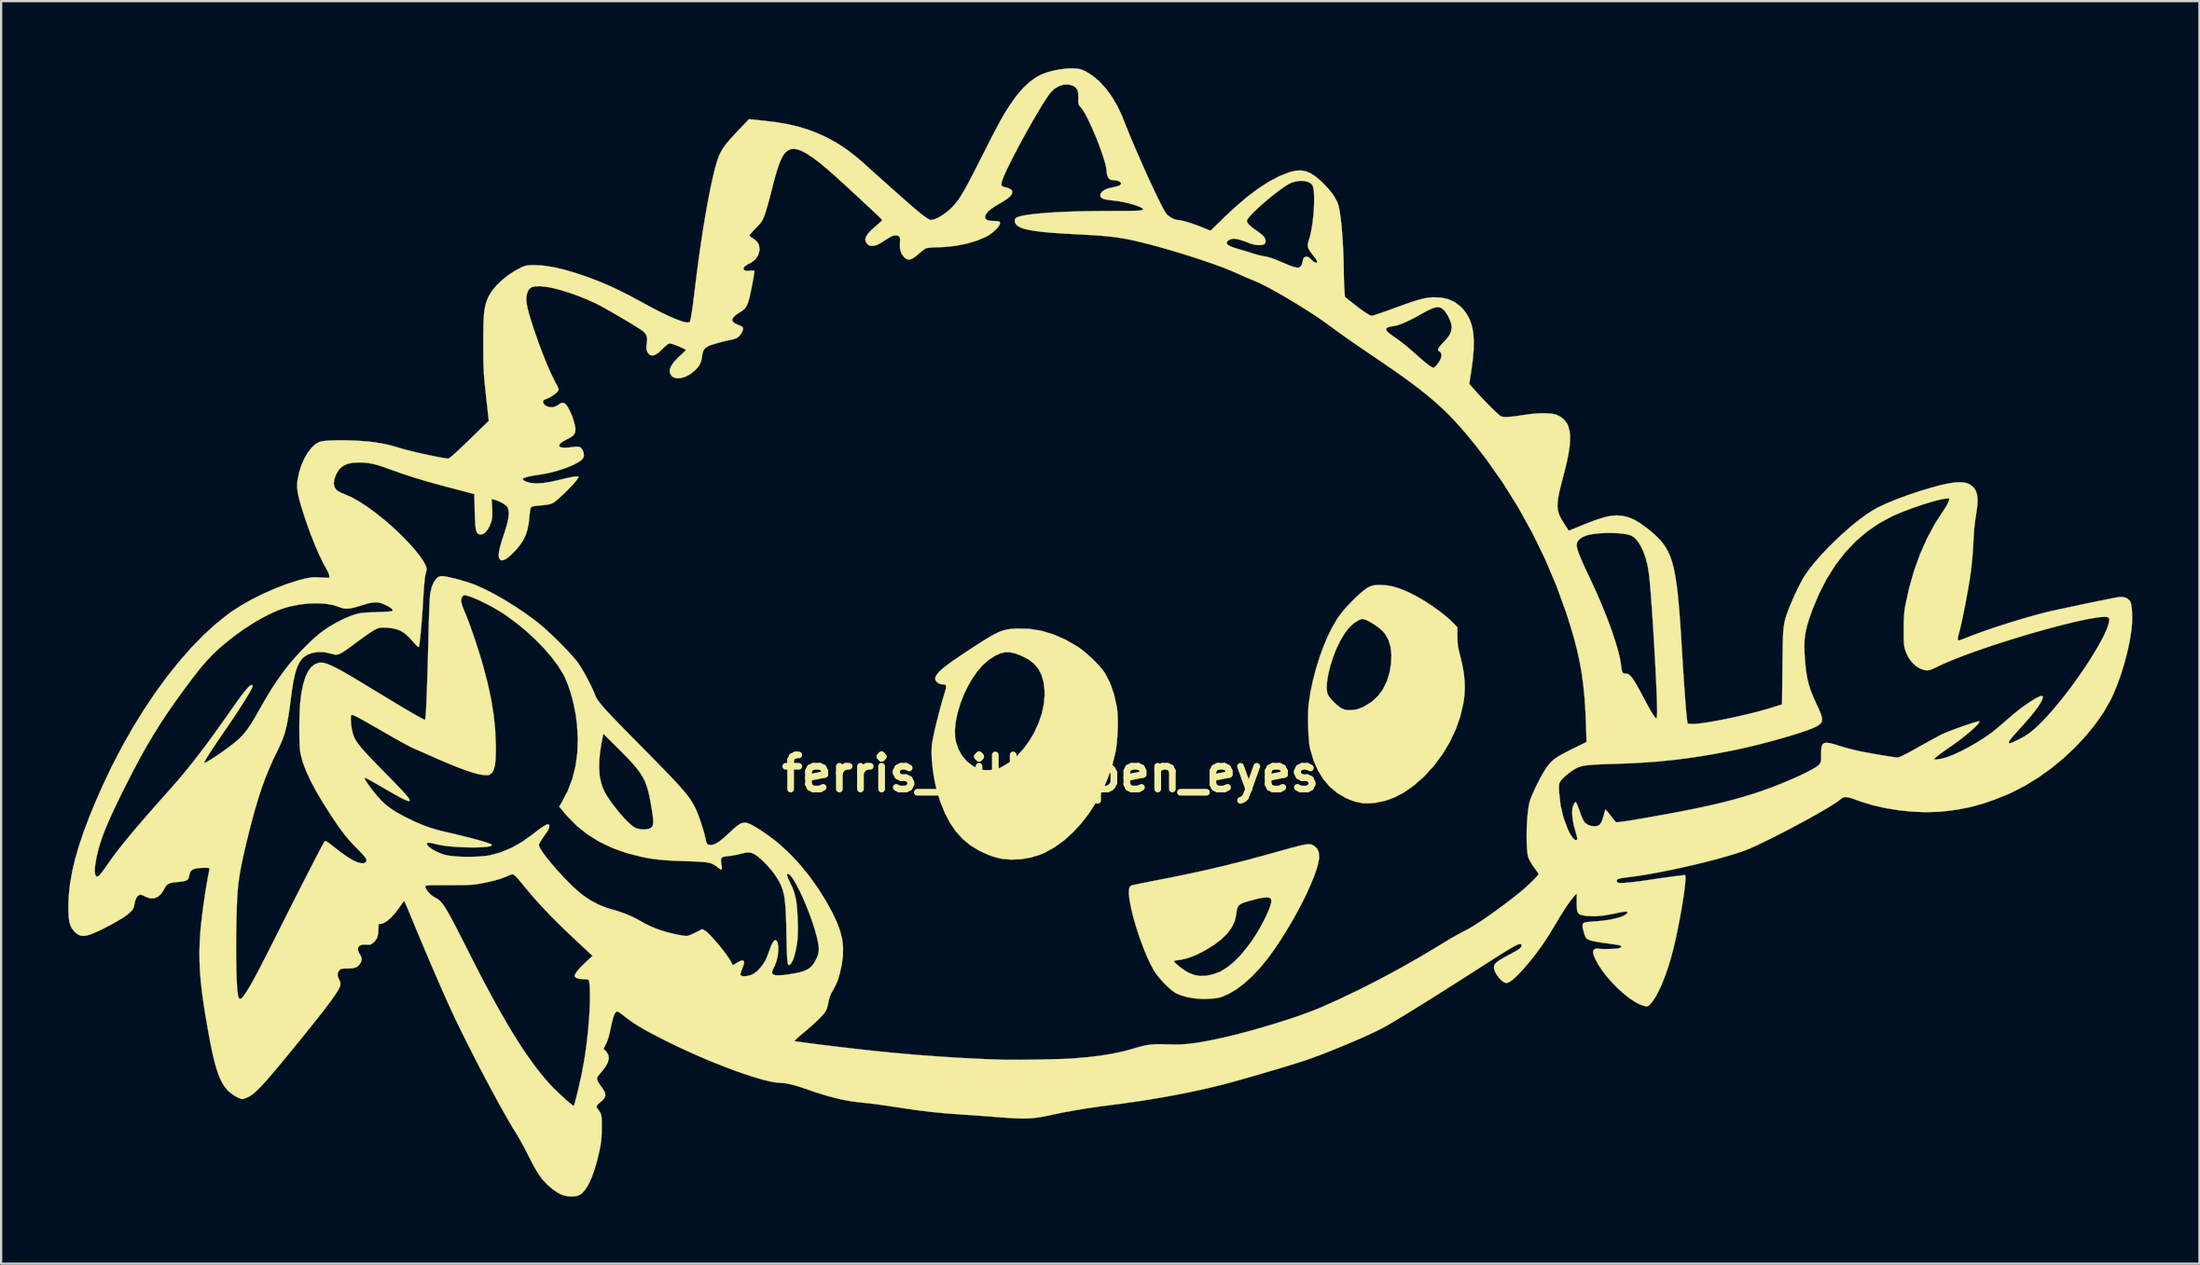
<source format=kicad_pcb>
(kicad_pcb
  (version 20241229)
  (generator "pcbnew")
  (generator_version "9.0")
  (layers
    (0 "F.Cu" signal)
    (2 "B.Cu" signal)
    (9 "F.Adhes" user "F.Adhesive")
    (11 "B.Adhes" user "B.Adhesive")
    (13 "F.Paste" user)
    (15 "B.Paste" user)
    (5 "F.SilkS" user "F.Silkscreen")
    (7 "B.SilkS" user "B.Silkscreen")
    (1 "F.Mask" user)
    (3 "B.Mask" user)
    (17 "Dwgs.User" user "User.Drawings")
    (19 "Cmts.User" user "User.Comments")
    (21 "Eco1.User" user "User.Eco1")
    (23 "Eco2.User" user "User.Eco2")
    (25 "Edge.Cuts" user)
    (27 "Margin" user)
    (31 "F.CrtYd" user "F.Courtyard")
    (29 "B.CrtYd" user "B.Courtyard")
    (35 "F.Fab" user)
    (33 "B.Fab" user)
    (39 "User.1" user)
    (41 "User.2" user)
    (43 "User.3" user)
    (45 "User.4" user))
  (footprint "ferris_silk_open_eyes"
    (layer "F.Cu")
    (at 43.888 31.53)
    (property "Reference" "ferris_silk_open_eyes" (at 0 0 0) (layer "F.SilkS") (effects (font (size 1.524 1.524) (thickness 0.3))))
    (attr through_hole)
    (fp_poly (pts (xy 11.609 3.16) (xy 11.665 3.173) (xy 11.715 3.195) (xy 11.765 3.223) (xy 11.776 3.23) (xy 11.908 3.35) (xy 11.983 3.512) (xy 12.003 3.719) (xy 11.999 3.789) (xy 11.958 4.022) (xy 11.877 4.306) (xy 11.76 4.632) (xy 11.611 4.992) (xy 11.434 5.381) (xy 11.233 5.789) (xy 11.011 6.209) (xy 10.773 6.633) (xy 10.522 7.055) (xy 10.263 7.465) (xy 9.999 7.857) (xy 9.734 8.223) (xy 9.714 8.249) (xy 9.37 8.673) (xy 9.016 9.049) (xy 8.658 9.374) (xy 8.302 9.643) (xy 7.952 9.85) (xy 7.616 9.993) (xy 7.594 10) (xy 7.446 10.032) (xy 7.248 10.055) (xy 7.021 10.069) (xy 6.786 10.071) (xy 6.566 10.061) (xy 6.441 10.048) (xy 6.107 9.99) (xy 5.834 9.914) (xy 5.611 9.817) (xy 5.558 9.787) (xy 5.406 9.678) (xy 5.231 9.523) (xy 5.048 9.339) (xy 4.873 9.143) (xy 4.72 8.95) (xy 4.611 8.786) (xy 4.449 8.481) (xy 4.405 8.383) (xy 5.515 8.383) (xy 5.543 8.43) (xy 5.618 8.505) (xy 5.726 8.598) (xy 5.852 8.696) (xy 5.982 8.789) (xy 6.103 8.865) (xy 6.157 8.894) (xy 6.42 8.999) (xy 6.683 9.046) (xy 6.962 9.035) (xy 7.257 8.974) (xy 7.571 8.856) (xy 7.883 8.671) (xy 8.195 8.419) (xy 8.51 8.098) (xy 8.827 7.707) (xy 9.032 7.42) (xy 9.196 7.169) (xy 9.353 6.905) (xy 9.498 6.638) (xy 9.627 6.381) (xy 9.733 6.143) (xy 9.812 5.935) (xy 9.859 5.768) (xy 9.87 5.679) (xy 9.85 5.601) (xy 9.787 5.552) (xy 9.678 5.533) (xy 9.517 5.543) (xy 9.3 5.582) (xy 9.023 5.652) (xy 8.91 5.683) (xy 8.698 5.746) (xy 8.545 5.803) (xy 8.441 5.866) (xy 8.374 5.946) (xy 8.333 6.054) (xy 8.308 6.202) (xy 8.295 6.314) (xy 8.23 6.597) (xy 8.095 6.877) (xy 7.894 7.149) (xy 7.628 7.411) (xy 7.3 7.658) (xy 7.289 7.666) (xy 6.883 7.914) (xy 6.501 8.107) (xy 6.147 8.243) (xy 5.825 8.319) (xy 5.755 8.328) (xy 5.634 8.345) (xy 5.548 8.365) (xy 5.515 8.383) (xy 4.405 8.383) (xy 4.284 8.119) (xy 4.122 7.717) (xy 3.967 7.29) (xy 3.825 6.855) (xy 3.702 6.427) (xy 3.603 6.022) (xy 3.534 5.656) (xy 3.521 5.573) (xy 3.5 5.341) (xy 3.507 5.172) (xy 3.543 5.061) (xy 3.606 5.005) (xy 3.66 4.99) (xy 3.776 4.964) (xy 3.944 4.928) (xy 4.155 4.885) (xy 4.398 4.837) (xy 4.664 4.785) (xy 4.735 4.771) (xy 5.785 4.563) (xy 6.783 4.349) (xy 7.75 4.124) (xy 8.707 3.883) (xy 9.674 3.622) (xy 9.761 3.598) (xy 10.161 3.486) (xy 10.498 3.392) (xy 10.778 3.316) (xy 11.006 3.256) (xy 11.19 3.211) (xy 11.336 3.18) (xy 11.451 3.162) (xy 11.539 3.156) (xy 11.609 3.16)) (stroke (width 0.01) (type solid)) (fill yes) (layer "F.SilkS"))
    (fp_poly (pts (xy 15.02 -8.415) (xy 15.29 -8.367) (xy 15.574 -8.282) (xy 15.888 -8.156) (xy 16.066 -8.074) (xy 16.38 -7.91) (xy 16.71 -7.717) (xy 17.04 -7.502) (xy 17.355 -7.278) (xy 17.641 -7.055) (xy 17.884 -6.842) (xy 17.992 -6.734) (xy 18.179 -6.536) (xy 18.179 -6.139) (xy 18.185 -5.907) (xy 18.204 -5.71) (xy 18.242 -5.513) (xy 18.274 -5.384) (xy 18.385 -4.93) (xy 18.461 -4.524) (xy 18.502 -4.151) (xy 18.511 -3.797) (xy 18.489 -3.447) (xy 18.448 -3.154) (xy 18.312 -2.566) (xy 18.109 -1.984) (xy 17.842 -1.417) (xy 17.517 -0.873) (xy 17.138 -0.362) (xy 16.709 0.109) (xy 16.651 0.165) (xy 16.228 0.536) (xy 15.804 0.835) (xy 15.375 1.062) (xy 14.941 1.219) (xy 14.501 1.307) (xy 14.317 1.323) (xy 14.169 1.328) (xy 14.043 1.329) (xy 13.961 1.324) (xy 13.952 1.322) (xy 13.876 1.306) (xy 13.76 1.282) (xy 13.68 1.267) (xy 13.551 1.231) (xy 13.388 1.173) (xy 13.223 1.104) (xy 13.19 1.088) (xy 12.813 0.868) (xy 12.482 0.591) (xy 12.195 0.257) (xy 11.953 -0.134) (xy 11.757 -0.58) (xy 11.607 -1.082) (xy 11.592 -1.143) (xy 11.566 -1.303) (xy 11.544 -1.519) (xy 11.526 -1.775) (xy 11.515 -2.054) (xy 11.509 -2.34) (xy 11.51 -2.617) (xy 11.517 -2.868) (xy 11.532 -3.077) (xy 11.535 -3.106) (xy 11.611 -3.616) (xy 11.641 -3.761) (xy 12.342 -3.761) (xy 12.37 -3.585) (xy 12.373 -3.577) (xy 12.43 -3.467) (xy 12.533 -3.334) (xy 12.663 -3.194) (xy 12.806 -3.062) (xy 12.946 -2.955) (xy 13.027 -2.908) (xy 13.131 -2.863) (xy 13.232 -2.841) (xy 13.36 -2.837) (xy 13.454 -2.841) (xy 13.604 -2.855) (xy 13.734 -2.884) (xy 13.872 -2.936) (xy 14.021 -3.006) (xy 14.346 -3.206) (xy 14.623 -3.459) (xy 14.85 -3.764) (xy 15.026 -4.118) (xy 15.15 -4.521) (xy 15.215 -4.908) (xy 15.233 -5.304) (xy 15.195 -5.658) (xy 15.102 -5.97) (xy 14.953 -6.236) (xy 14.847 -6.364) (xy 14.718 -6.481) (xy 14.551 -6.607) (xy 14.368 -6.727) (xy 14.194 -6.825) (xy 14.074 -6.878) (xy 13.972 -6.908) (xy 13.897 -6.909) (xy 13.809 -6.876) (xy 13.774 -6.859) (xy 13.557 -6.725) (xy 13.356 -6.542) (xy 13.165 -6.303) (xy 12.98 -6.002) (xy 12.882 -5.814) (xy 12.743 -5.511) (xy 12.621 -5.193) (xy 12.518 -4.87) (xy 12.436 -4.554) (xy 12.377 -4.257) (xy 12.345 -3.988) (xy 12.342 -3.761) (xy 11.641 -3.761) (xy 11.719 -4.139) (xy 11.855 -4.665) (xy 12.014 -5.181) (xy 12.194 -5.677) (xy 12.39 -6.14) (xy 12.597 -6.559) (xy 12.812 -6.923) (xy 12.919 -7.077) (xy 13.066 -7.265) (xy 13.241 -7.465) (xy 13.432 -7.668) (xy 13.627 -7.863) (xy 13.818 -8.038) (xy 13.991 -8.184) (xy 14.136 -8.29) (xy 14.203 -8.328) (xy 14.317 -8.379) (xy 14.418 -8.41) (xy 14.531 -8.426) (xy 14.682 -8.43) (xy 14.746 -8.431) (xy 15.02 -8.415)) (stroke (width 0.01) (type solid)) (fill yes) (layer "F.SilkS"))
    (fp_poly (pts (xy -0.948 -6.471) (xy -0.412 -6.385) (xy 0.12 -6.227) (xy 0.65 -5.997) (xy 1.177 -5.695) (xy 1.252 -5.646) (xy 1.447 -5.503) (xy 1.658 -5.327) (xy 1.872 -5.13) (xy 2.075 -4.927) (xy 2.252 -4.73) (xy 2.391 -4.554) (xy 2.443 -4.475) (xy 2.663 -4.044) (xy 2.833 -3.56) (xy 2.954 -3.026) (xy 2.978 -2.873) (xy 2.999 -2.642) (xy 3.008 -2.36) (xy 3.006 -2.047) (xy 2.991 -1.723) (xy 2.967 -1.41) (xy 2.932 -1.126) (xy 2.904 -0.964) (xy 2.76 -0.378) (xy 2.565 0.194) (xy 2.325 0.746) (xy 2.044 1.271) (xy 1.726 1.765) (xy 1.377 2.219) (xy 1 2.629) (xy 0.6 2.989) (xy 0.182 3.291) (xy -0.25 3.531) (xy -0.472 3.626) (xy -0.884 3.752) (xy -1.318 3.826) (xy -1.753 3.845) (xy -2.171 3.807) (xy -2.251 3.792) (xy -2.408 3.754) (xy -2.592 3.698) (xy -2.763 3.638) (xy -2.764 3.638) (xy -3.196 3.441) (xy -3.582 3.204) (xy -3.924 2.921) (xy -4.226 2.589) (xy -4.49 2.204) (xy -4.722 1.762) (xy -4.922 1.259) (xy -5.056 0.835) (xy -5.144 0.483) (xy -5.216 0.111) (xy -5.27 -0.266) (xy -5.304 -0.63) (xy -5.316 -0.965) (xy -5.304 -1.254) (xy -5.296 -1.32) (xy -5.269 -1.488) (xy -5.224 -1.711) (xy -5.167 -1.969) (xy -4.271 -1.969) (xy -4.264 -1.638) (xy -4.231 -1.442) (xy -4.117 -1.096) (xy -3.948 -0.793) (xy -3.728 -0.538) (xy -3.461 -0.335) (xy -3.152 -0.188) (xy -3.121 -0.177) (xy -3.042 -0.164) (xy -2.915 -0.157) (xy -2.765 -0.157) (xy -2.733 -0.158) (xy -2.564 -0.168) (xy -2.432 -0.192) (xy -2.304 -0.237) (xy -2.17 -0.3) (xy -1.836 -0.503) (xy -1.519 -0.767) (xy -1.226 -1.083) (xy -0.961 -1.441) (xy -0.731 -1.831) (xy -0.54 -2.242) (xy -0.394 -2.666) (xy -0.3 -3.091) (xy -0.262 -3.507) (xy -0.266 -3.72) (xy -0.312 -4.091) (xy -0.403 -4.41) (xy -0.541 -4.681) (xy -0.733 -4.91) (xy -0.981 -5.102) (xy -1.292 -5.264) (xy -1.573 -5.369) (xy -1.8 -5.423) (xy -2.018 -5.427) (xy -2.236 -5.378) (xy -2.466 -5.274) (xy -2.72 -5.111) (xy -2.793 -5.057) (xy -3.043 -4.835) (xy -3.281 -4.557) (xy -3.504 -4.234) (xy -3.707 -3.878) (xy -3.886 -3.498) (xy -4.036 -3.107) (xy -4.153 -2.714) (xy -4.233 -2.331) (xy -4.271 -1.969) (xy -5.167 -1.969) (xy -5.165 -1.976) (xy -5.096 -2.269) (xy -5.019 -2.576) (xy -4.939 -2.884) (xy -4.857 -3.178) (xy -4.779 -3.446) (xy -4.764 -3.495) (xy -4.706 -3.689) (xy -4.672 -3.824) (xy -4.665 -3.911) (xy -4.687 -3.961) (xy -4.74 -3.984) (xy -4.825 -3.991) (xy -4.855 -3.991) (xy -4.962 -4.016) (xy -5.063 -4.08) (xy -5.133 -4.162) (xy -5.153 -4.227) (xy -5.141 -4.308) (xy -5.102 -4.394) (xy -5.033 -4.49) (xy -4.929 -4.599) (xy -4.785 -4.725) (xy -4.596 -4.872) (xy -4.36 -5.043) (xy -4.07 -5.242) (xy -3.723 -5.473) (xy -3.634 -5.532) (xy -3.297 -5.752) (xy -3.011 -5.935) (xy -2.769 -6.083) (xy -2.563 -6.202) (xy -2.383 -6.293) (xy -2.222 -6.362) (xy -2.072 -6.411) (xy -1.924 -6.445) (xy -1.77 -6.466) (xy -1.603 -6.479) (xy -1.488 -6.485) (xy -0.948 -6.471)) (stroke (width 0.01) (type solid)) (fill yes) (layer "F.SilkS"))
    (fp_poly (pts (xy 0.998 -31.524) (xy 1.172 -31.514) (xy 1.302 -31.494) (xy 1.418 -31.459) (xy 1.546 -31.401) (xy 1.562 -31.393) (xy 1.878 -31.198) (xy 2.185 -30.938) (xy 2.476 -30.621) (xy 2.745 -30.253) (xy 2.987 -29.842) (xy 3.196 -29.395) (xy 3.232 -29.304) (xy 3.371 -28.953) (xy 3.522 -28.583) (xy 3.682 -28.2) (xy 3.849 -27.81) (xy 4.018 -27.42) (xy 4.188 -27.037) (xy 4.354 -26.668) (xy 4.515 -26.318) (xy 4.667 -25.995) (xy 4.808 -25.704) (xy 4.933 -25.454) (xy 5.04 -25.249) (xy 5.127 -25.097) (xy 5.19 -25.005) (xy 5.198 -24.995) (xy 5.315 -24.897) (xy 5.459 -24.813) (xy 5.602 -24.76) (xy 5.687 -24.747) (xy 5.81 -24.732) (xy 5.987 -24.691) (xy 6.204 -24.627) (xy 6.449 -24.543) (xy 6.709 -24.445) (xy 6.741 -24.432) (xy 7.149 -24.267) (xy 7.739 -24.843) (xy 8.279 -25.347) (xy 8.796 -25.785) (xy 9.29 -26.157) (xy 9.76 -26.461) (xy 10.206 -26.697) (xy 10.628 -26.866) (xy 10.699 -26.889) (xy 10.953 -26.948) (xy 11.183 -26.962) (xy 11.401 -26.926) (xy 11.617 -26.837) (xy 11.84 -26.692) (xy 12.081 -26.487) (xy 12.193 -26.38) (xy 12.455 -26.099) (xy 12.654 -25.837) (xy 12.795 -25.585) (xy 12.848 -25.455) (xy 12.889 -25.301) (xy 12.929 -25.084) (xy 12.967 -24.812) (xy 13.001 -24.495) (xy 13.032 -24.141) (xy 13.058 -23.758) (xy 13.079 -23.357) (xy 13.094 -22.946) (xy 13.102 -22.533) (xy 13.103 -22.461) (xy 13.106 -22.239) (xy 13.112 -22.01) (xy 13.12 -21.801) (xy 13.129 -21.636) (xy 13.13 -21.621) (xy 13.154 -21.307) (xy 13.517 -21.02) (xy 13.777 -20.818) (xy 13.987 -20.664) (xy 14.15 -20.556) (xy 14.27 -20.49) (xy 14.35 -20.465) (xy 14.358 -20.465) (xy 14.413 -20.477) (xy 14.526 -20.512) (xy 14.687 -20.565) (xy 14.884 -20.633) (xy 15.107 -20.712) (xy 15.275 -20.774) (xy 15.633 -20.905) (xy 15.933 -21.012) (xy 16.184 -21.097) (xy 16.394 -21.163) (xy 16.572 -21.212) (xy 16.728 -21.247) (xy 16.869 -21.27) (xy 17.006 -21.285) (xy 17.072 -21.29) (xy 17.438 -21.28) (xy 17.769 -21.208) (xy 18.065 -21.072) (xy 18.327 -20.873) (xy 18.422 -20.775) (xy 18.595 -20.551) (xy 18.729 -20.301) (xy 18.827 -20.019) (xy 18.888 -19.699) (xy 18.913 -19.335) (xy 18.904 -18.922) (xy 18.861 -18.453) (xy 18.816 -18.117) (xy 18.711 -17.421) (xy 18.926 -17.174) (xy 19.071 -17.012) (xy 19.234 -16.836) (xy 19.406 -16.655) (xy 19.578 -16.478) (xy 19.741 -16.315) (xy 19.887 -16.174) (xy 20.006 -16.064) (xy 20.089 -15.994) (xy 20.116 -15.977) (xy 20.189 -15.952) (xy 20.291 -15.94) (xy 20.432 -15.942) (xy 20.618 -15.958) (xy 20.859 -15.987) (xy 21.161 -16.032) (xy 21.217 -16.041) (xy 21.546 -16.083) (xy 21.861 -16.105) (xy 22.147 -16.107) (xy 22.391 -16.089) (xy 22.567 -16.054) (xy 22.769 -15.962) (xy 22.946 -15.822) (xy 23.08 -15.649) (xy 23.132 -15.537) (xy 23.184 -15.346) (xy 23.212 -15.132) (xy 23.214 -14.889) (xy 23.191 -14.61) (xy 23.142 -14.287) (xy 23.065 -13.915) (xy 22.961 -13.485) (xy 22.914 -13.305) (xy 22.818 -12.937) (xy 22.743 -12.628) (xy 22.69 -12.37) (xy 22.659 -12.152) (xy 22.65 -11.966) (xy 22.664 -11.802) (xy 22.701 -11.65) (xy 22.761 -11.5) (xy 22.844 -11.344) (xy 22.95 -11.171) (xy 22.974 -11.135) (xy 23.154 -10.857) (xy 23.814 -11.125) (xy 24.159 -11.261) (xy 24.45 -11.366) (xy 24.697 -11.444) (xy 24.911 -11.496) (xy 25.101 -11.527) (xy 25.278 -11.539) (xy 25.309 -11.539) (xy 25.566 -11.52) (xy 25.816 -11.46) (xy 26.07 -11.355) (xy 26.337 -11.2) (xy 26.629 -10.989) (xy 26.727 -10.911) (xy 26.913 -10.756) (xy 27.08 -10.604) (xy 27.23 -10.451) (xy 27.363 -10.292) (xy 27.482 -10.122) (xy 27.586 -9.937) (xy 27.679 -9.732) (xy 27.76 -9.501) (xy 27.832 -9.241) (xy 27.895 -8.946) (xy 27.951 -8.612) (xy 28.002 -8.234) (xy 28.047 -7.807) (xy 28.09 -7.326) (xy 28.131 -6.787) (xy 28.171 -6.186) (xy 28.212 -5.516) (xy 28.212 -5.515) (xy 28.245 -4.971) (xy 28.278 -4.465) (xy 28.308 -4.002) (xy 28.338 -3.585) (xy 28.365 -3.22) (xy 28.39 -2.911) (xy 28.412 -2.663) (xy 28.432 -2.481) (xy 28.44 -2.413) (xy 28.467 -2.232) (xy 28.648 -2.22) (xy 28.795 -2.221) (xy 29.002 -2.241) (xy 29.26 -2.276) (xy 29.559 -2.324) (xy 29.89 -2.385) (xy 30.243 -2.455) (xy 30.609 -2.533) (xy 30.978 -2.616) (xy 31.34 -2.704) (xy 31.686 -2.793) (xy 32.006 -2.883) (xy 32.209 -2.944) (xy 32.686 -3.094) (xy 32.704 -4.767) (xy 32.708 -5.188) (xy 32.713 -5.544) (xy 32.719 -5.843) (xy 32.727 -6.094) (xy 32.738 -6.304) (xy 32.753 -6.481) (xy 32.772 -6.634) (xy 32.796 -6.769) (xy 32.826 -6.896) (xy 32.863 -7.021) (xy 32.908 -7.154) (xy 32.962 -7.301) (xy 32.972 -7.33) (xy 33.058 -7.546) (xy 33.164 -7.792) (xy 33.282 -8.052) (xy 33.404 -8.307) (xy 33.523 -8.54) (xy 33.629 -8.735) (xy 33.69 -8.836) (xy 33.895 -9.129) (xy 34.147 -9.446) (xy 34.439 -9.778) (xy 34.759 -10.116) (xy 35.1 -10.452) (xy 35.451 -10.777) (xy 35.803 -11.082) (xy 36.148 -11.359) (xy 36.475 -11.598) (xy 36.775 -11.791) (xy 36.928 -11.876) (xy 37.32 -12.063) (xy 37.776 -12.252) (xy 38.284 -12.441) (xy 38.836 -12.625) (xy 39.297 -12.765) (xy 39.709 -12.878) (xy 40.061 -12.959) (xy 40.359 -13.008) (xy 40.609 -13.026) (xy 40.816 -13.013) (xy 40.985 -12.97) (xy 41.105 -12.908) (xy 41.243 -12.792) (xy 41.341 -12.649) (xy 41.4 -12.47) (xy 41.423 -12.248) (xy 41.411 -11.976) (xy 41.371 -11.684) (xy 41.339 -11.48) (xy 41.312 -11.3) (xy 41.291 -11.13) (xy 41.273 -10.952) (xy 41.258 -10.754) (xy 41.243 -10.518) (xy 41.227 -10.23) (xy 41.222 -10.124) (xy 41.204 -9.855) (xy 41.177 -9.546) (xy 41.144 -9.23) (xy 41.108 -8.938) (xy 41.094 -8.836) (xy 41.053 -8.574) (xy 41.004 -8.279) (xy 40.947 -7.962) (xy 40.887 -7.638) (xy 40.824 -7.318) (xy 40.763 -7.017) (xy 40.705 -6.746) (xy 40.653 -6.52) (xy 40.61 -6.35) (xy 40.605 -6.332) (xy 40.558 -6.159) (xy 40.536 -6.045) (xy 40.539 -5.979) (xy 40.565 -5.953) (xy 40.581 -5.951) (xy 40.634 -5.964) (xy 40.738 -6) (xy 40.874 -6.053) (xy 40.976 -6.094) (xy 41.254 -6.204) (xy 41.59 -6.327) (xy 41.97 -6.459) (xy 42.381 -6.596) (xy 42.81 -6.733) (xy 43.244 -6.866) (xy 43.67 -6.992) (xy 44.074 -7.105) (xy 44.444 -7.202) (xy 44.449 -7.204) (xy 44.58 -7.235) (xy 44.765 -7.277) (xy 44.996 -7.328) (xy 45.262 -7.385) (xy 45.553 -7.448) (xy 45.861 -7.513) (xy 46.175 -7.579) (xy 46.486 -7.644) (xy 46.784 -7.705) (xy 47.059 -7.761) (xy 47.302 -7.81) (xy 47.502 -7.849) (xy 47.651 -7.877) (xy 47.738 -7.891) (xy 47.94 -7.892) (xy 48.103 -7.836) (xy 48.222 -7.727) (xy 48.247 -7.686) (xy 48.283 -7.577) (xy 48.309 -7.41) (xy 48.325 -7.202) (xy 48.329 -6.967) (xy 48.323 -6.722) (xy 48.304 -6.48) (xy 48.298 -6.429) (xy 48.223 -5.951) (xy 48.115 -5.444) (xy 47.979 -4.925) (xy 47.821 -4.414) (xy 47.647 -3.929) (xy 47.461 -3.489) (xy 47.374 -3.308) (xy 47.067 -2.766) (xy 46.696 -2.228) (xy 46.268 -1.7) (xy 45.792 -1.189) (xy 45.277 -0.704) (xy 44.729 -0.252) (xy 44.158 0.16) (xy 43.571 0.524) (xy 42.977 0.832) (xy 42.777 0.923) (xy 42.189 1.16) (xy 41.634 1.35) (xy 41.093 1.497) (xy 40.546 1.606) (xy 39.977 1.68) (xy 39.689 1.705) (xy 39.124 1.724) (xy 38.528 1.702) (xy 37.92 1.641) (xy 37.318 1.544) (xy 36.742 1.413) (xy 36.209 1.252) (xy 36.09 1.209) (xy 35.869 1.128) (xy 35.703 1.076) (xy 35.577 1.051) (xy 35.48 1.051) (xy 35.399 1.078) (xy 35.32 1.129) (xy 35.276 1.165) (xy 35.157 1.255) (xy 34.98 1.373) (xy 34.753 1.513) (xy 34.485 1.671) (xy 34.182 1.844) (xy 33.854 2.027) (xy 33.508 2.216) (xy 33.152 2.406) (xy 32.794 2.594) (xy 32.441 2.775) (xy 32.102 2.945) (xy 31.785 3.099) (xy 31.498 3.235) (xy 31.248 3.346) (xy 31.044 3.429) (xy 31.003 3.444) (xy 30.642 3.567) (xy 30.222 3.694) (xy 29.754 3.825) (xy 29.25 3.956) (xy 28.723 4.083) (xy 28.186 4.206) (xy 27.65 4.32) (xy 27.127 4.423) (xy 26.631 4.512) (xy 26.172 4.584) (xy 25.764 4.637) (xy 25.733 4.64) (xy 25.579 4.661) (xy 25.449 4.685) (xy 25.363 4.709) (xy 25.343 4.72) (xy 25.295 4.789) (xy 25.315 4.85) (xy 25.383 4.884) (xy 25.47 4.891) (xy 25.621 4.886) (xy 25.827 4.869) (xy 26.081 4.842) (xy 26.373 4.805) (xy 26.697 4.759) (xy 26.862 4.734) (xy 27.058 4.704) (xy 27.277 4.673) (xy 27.505 4.641) (xy 27.73 4.61) (xy 27.938 4.583) (xy 28.117 4.56) (xy 28.254 4.544) (xy 28.336 4.536) (xy 28.347 4.536) (xy 28.367 4.57) (xy 28.373 4.668) (xy 28.365 4.822) (xy 28.346 5.026) (xy 28.315 5.272) (xy 28.275 5.553) (xy 28.226 5.862) (xy 28.169 6.192) (xy 28.107 6.534) (xy 28.038 6.883) (xy 27.966 7.231) (xy 27.891 7.571) (xy 27.832 7.82) (xy 27.721 8.244) (xy 27.595 8.655) (xy 27.46 9.043) (xy 27.319 9.4) (xy 27.175 9.716) (xy 27.033 9.981) (xy 26.895 10.188) (xy 26.846 10.248) (xy 26.76 10.342) (xy 26.698 10.391) (xy 26.64 10.405) (xy 26.565 10.396) (xy 26.565 10.396) (xy 26.358 10.33) (xy 26.125 10.21) (xy 25.873 10.043) (xy 25.612 9.837) (xy 25.349 9.601) (xy 25.094 9.342) (xy 24.855 9.07) (xy 24.642 8.792) (xy 24.462 8.516) (xy 24.346 8.299) (xy 24.27 8.118) (xy 24.241 7.986) (xy 24.258 7.896) (xy 24.32 7.842) (xy 24.333 7.837) (xy 24.413 7.817) (xy 24.459 7.821) (xy 24.515 7.833) (xy 24.625 7.84) (xy 24.771 7.842) (xy 24.936 7.841) (xy 25.101 7.836) (xy 25.248 7.827) (xy 25.359 7.816) (xy 25.41 7.805) (xy 25.49 7.76) (xy 25.503 7.715) (xy 25.451 7.678) (xy 25.397 7.666) (xy 25.284 7.647) (xy 25.126 7.624) (xy 24.938 7.597) (xy 24.807 7.58) (xy 24.596 7.55) (xy 24.398 7.516) (xy 24.23 7.483) (xy 24.11 7.452) (xy 24.069 7.438) (xy 23.987 7.397) (xy 23.932 7.35) (xy 23.892 7.276) (xy 23.85 7.155) (xy 23.842 7.129) (xy 23.792 6.95) (xy 23.771 6.824) (xy 23.78 6.738) (xy 23.816 6.681) (xy 23.823 6.675) (xy 23.886 6.653) (xy 24.012 6.631) (xy 24.194 6.613) (xy 24.358 6.602) (xy 24.654 6.577) (xy 24.935 6.538) (xy 25.191 6.487) (xy 25.413 6.428) (xy 25.59 6.363) (xy 25.713 6.294) (xy 25.764 6.238) (xy 25.782 6.19) (xy 25.752 6.171) (xy 25.689 6.169) (xy 25.607 6.177) (xy 25.476 6.198) (xy 25.313 6.23) (xy 25.185 6.259) (xy 24.727 6.343) (xy 24.313 6.377) (xy 23.945 6.36) (xy 23.912 6.356) (xy 23.759 6.33) (xy 23.65 6.296) (xy 23.58 6.242) (xy 23.538 6.155) (xy 23.519 6.024) (xy 23.512 5.836) (xy 23.512 5.756) (xy 23.51 5.352) (xy 23.381 5.497) (xy 23.258 5.649) (xy 23.11 5.854) (xy 22.943 6.105) (xy 22.765 6.389) (xy 22.581 6.698) (xy 22.572 6.713) (xy 22.275 7.206) (xy 21.981 7.651) (xy 21.674 8.071) (xy 21.541 8.241) (xy 21.281 8.559) (xy 21.045 8.827) (xy 20.836 9.044) (xy 20.656 9.206) (xy 20.508 9.312) (xy 20.395 9.359) (xy 20.37 9.362) (xy 20.267 9.33) (xy 20.152 9.247) (xy 20.036 9.127) (xy 19.933 8.986) (xy 19.855 8.841) (xy 19.815 8.706) (xy 19.812 8.668) (xy 19.822 8.589) (xy 19.857 8.516) (xy 19.925 8.441) (xy 20.034 8.359) (xy 20.192 8.262) (xy 20.406 8.143) (xy 20.47 8.109) (xy 20.682 7.995) (xy 20.837 7.906) (xy 20.942 7.836) (xy 21.006 7.78) (xy 21.038 7.731) (xy 21.046 7.69) (xy 21.04 7.647) (xy 21.019 7.621) (xy 20.98 7.613) (xy 20.916 7.627) (xy 20.824 7.665) (xy 20.7 7.729) (xy 20.537 7.822) (xy 20.333 7.945) (xy 20.082 8.101) (xy 19.78 8.292) (xy 19.422 8.522) (xy 19.412 8.528) (xy 18.759 8.947) (xy 18.145 9.339) (xy 17.571 9.703) (xy 17.041 10.037) (xy 16.556 10.341) (xy 16.118 10.611) (xy 15.73 10.848) (xy 15.395 11.05) (xy 15.114 11.215) (xy 14.89 11.342) (xy 14.786 11.398) (xy 14.538 11.522) (xy 14.234 11.665) (xy 13.886 11.822) (xy 13.506 11.986) (xy 13.107 12.154) (xy 12.701 12.321) (xy 12.301 12.479) (xy 11.918 12.626) (xy 11.565 12.755) (xy 11.466 12.79) (xy 11.283 12.851) (xy 11.04 12.929) (xy 10.748 13.019) (xy 10.419 13.12) (xy 10.062 13.227) (xy 9.688 13.337) (xy 9.308 13.449) (xy 8.932 13.557) (xy 8.572 13.66) (xy 8.237 13.754) (xy 7.938 13.836) (xy 7.687 13.903) (xy 7.62 13.92) (xy 6.797 14.116) (xy 5.917 14.301) (xy 4.993 14.474) (xy 4.039 14.63) (xy 3.069 14.768) (xy 2.643 14.821) (xy 2.111 14.891) (xy 1.572 14.971) (xy 1.047 15.059) (xy 0.555 15.149) (xy 0.127 15.238) (xy -0.15 15.298) (xy -0.394 15.345) (xy -0.618 15.38) (xy -0.834 15.403) (xy -1.054 15.415) (xy -1.291 15.417) (xy -1.558 15.409) (xy -1.866 15.392) (xy -2.228 15.365) (xy -2.413 15.351) (xy -2.708 15.328) (xy -3.026 15.304) (xy -3.345 15.28) (xy -3.642 15.26) (xy -3.893 15.243) (xy -3.937 15.24) (xy -4.653 15.188) (xy -5.321 15.124) (xy -5.966 15.045) (xy -6.254 15.003) (xy -6.52 14.964) (xy -6.821 14.919) (xy -7.126 14.874) (xy -7.399 14.833) (xy -7.451 14.825) (xy -7.681 14.792) (xy -7.915 14.762) (xy -8.132 14.736) (xy -8.309 14.718) (xy -8.367 14.714) (xy -8.846 14.658) (xy -9.37 14.56) (xy -9.926 14.421) (xy -10.503 14.244) (xy -10.82 14.133) (xy -11.219 13.997) (xy -11.558 13.9) (xy -11.837 13.843) (xy -12.049 13.825) (xy -12.26 13.808) (xy -12.53 13.76) (xy -12.851 13.682) (xy -13.217 13.576) (xy -13.622 13.446) (xy -14.059 13.293) (xy -14.522 13.12) (xy -15.006 12.929) (xy -15.503 12.723) (xy -16.007 12.502) (xy -16.512 12.271) (xy -17.012 12.031) (xy -17.183 11.946) (xy -17.568 11.751) (xy -17.896 11.579) (xy -18.177 11.423) (xy -18.423 11.278) (xy -18.642 11.137) (xy -18.846 10.994) (xy -19.044 10.843) (xy -19.115 10.787) (xy -19.22 10.708) (xy -19.308 10.652) (xy -19.359 10.632) (xy -19.421 10.661) (xy -19.481 10.75) (xy -19.538 10.903) (xy -19.596 11.123) (xy -19.615 11.21) (xy -19.667 11.454) (xy -19.71 11.64) (xy -19.747 11.783) (xy -19.783 11.896) (xy -19.821 11.994) (xy -19.865 12.09) (xy -19.875 12.111) (xy -19.97 12.302) (xy -19.855 12.421) (xy -19.762 12.56) (xy -19.735 12.718) (xy -19.775 12.897) (xy -19.881 13.099) (xy -20.055 13.325) (xy -20.064 13.336) (xy -20.165 13.453) (xy -20.232 13.541) (xy -20.263 13.616) (xy -20.257 13.692) (xy -20.214 13.785) (xy -20.132 13.908) (xy -20.01 14.077) (xy -20.009 14.077) (xy -19.915 14.238) (xy -19.887 14.376) (xy -19.927 14.502) (xy -20.036 14.623) (xy -20.102 14.674) (xy -20.22 14.775) (xy -20.28 14.865) (xy -20.278 14.937) (xy -20.247 14.968) (xy -20.209 15.012) (xy -20.155 15.096) (xy -20.129 15.143) (xy -20.097 15.208) (xy -20.075 15.274) (xy -20.061 15.355) (xy -20.054 15.467) (xy -20.051 15.622) (xy -20.051 15.835) (xy -20.051 15.839) (xy -20.056 16.098) (xy -20.068 16.312) (xy -20.09 16.508) (xy -20.125 16.716) (xy -20.151 16.846) (xy -20.258 17.302) (xy -20.376 17.707) (xy -20.503 18.059) (xy -20.639 18.354) (xy -20.781 18.587) (xy -20.927 18.754) (xy -21.059 18.846) (xy -21.209 18.889) (xy -21.399 18.902) (xy -21.602 18.887) (xy -21.79 18.843) (xy -21.826 18.831) (xy -22.032 18.726) (xy -22.255 18.57) (xy -22.477 18.377) (xy -22.682 18.161) (xy -22.739 18.091) (xy -22.87 17.908) (xy -23.011 17.68) (xy -23.165 17.398) (xy -23.294 17.145) (xy -23.409 16.917) (xy -23.529 16.687) (xy -23.646 16.471) (xy -23.75 16.288) (xy -23.824 16.165) (xy -24.009 15.864) (xy -24.22 15.505) (xy -24.453 15.095) (xy -24.704 14.644) (xy -24.968 14.157) (xy -25.242 13.644) (xy -25.52 13.112) (xy -25.8 12.569) (xy -26.076 12.023) (xy -26.344 11.481) (xy -26.601 10.952) (xy -26.607 10.94) (xy -26.738 10.662) (xy -26.892 10.323) (xy -27.067 9.932) (xy -27.26 9.496) (xy -27.466 9.022) (xy -27.683 8.518) (xy -27.907 7.99) (xy -28.137 7.447) (xy -28.367 6.895) (xy -28.595 6.343) (xy -28.648 6.214) (xy -28.723 6.036) (xy -28.788 5.884) (xy -28.84 5.771) (xy -28.873 5.707) (xy -28.882 5.697) (xy -28.91 5.725) (xy -28.968 5.801) (xy -29.047 5.911) (xy -29.102 5.992) (xy -29.278 6.229) (xy -29.456 6.427) (xy -29.628 6.578) (xy -29.785 6.674) (xy -29.872 6.703) (xy -30.026 6.733) (xy -30.032 6.989) (xy -30.049 7.198) (xy -30.098 7.357) (xy -30.186 7.487) (xy -30.269 7.565) (xy -30.351 7.626) (xy -30.427 7.65) (xy -30.532 7.647) (xy -30.565 7.643) (xy -30.743 7.644) (xy -30.869 7.689) (xy -30.937 7.772) (xy -30.945 7.889) (xy -30.888 8.033) (xy -30.861 8.077) (xy -30.791 8.203) (xy -30.775 8.311) (xy -30.811 8.427) (xy -30.824 8.454) (xy -30.909 8.577) (xy -31.02 8.657) (xy -31.171 8.7) (xy -31.376 8.712) (xy -31.395 8.712) (xy -31.548 8.712) (xy -31.648 8.721) (xy -31.714 8.742) (xy -31.767 8.78) (xy -31.774 8.787) (xy -31.845 8.899) (xy -31.852 9.037) (xy -31.797 9.19) (xy -31.783 9.213) (xy -31.729 9.341) (xy -31.73 9.454) (xy -31.755 9.534) (xy -31.807 9.64) (xy -31.889 9.777) (xy -32.002 9.947) (xy -32.148 10.152) (xy -32.331 10.397) (xy -32.551 10.684) (xy -32.812 11.016) (xy -33.116 11.397) (xy -33.465 11.829) (xy -33.524 11.902) (xy -33.88 12.339) (xy -34.195 12.724) (xy -34.471 13.058) (xy -34.714 13.346) (xy -34.924 13.592) (xy -35.107 13.799) (xy -35.266 13.972) (xy -35.403 14.112) (xy -35.523 14.225) (xy -35.627 14.314) (xy -35.721 14.383) (xy -35.807 14.435) (xy -35.857 14.46) (xy -35.972 14.509) (xy -36.066 14.542) (xy -36.108 14.55) (xy -36.201 14.528) (xy -36.329 14.47) (xy -36.474 14.386) (xy -36.616 14.288) (xy -36.736 14.188) (xy -36.768 14.155) (xy -36.888 14.011) (xy -36.997 13.844) (xy -37.098 13.645) (xy -37.192 13.411) (xy -37.283 13.134) (xy -37.371 12.808) (xy -37.459 12.428) (xy -37.55 11.986) (xy -37.626 11.575) (xy -37.74 10.923) (xy -37.835 10.331) (xy -37.91 9.787) (xy -37.967 9.282) (xy -38.005 8.804) (xy -38.024 8.343) (xy -38.026 8.023) (xy -36.388 8.023) (xy -36.384 8.45) (xy -36.376 8.839) (xy -36.364 9.182) (xy -36.349 9.474) (xy -36.33 9.71) (xy -36.308 9.883) (xy -36.292 9.96) (xy -36.255 10.049) (xy -36.205 10.076) (xy -36.138 10.04) (xy -36.051 9.939) (xy -35.985 9.844) (xy -35.905 9.721) (xy -35.821 9.584) (xy -35.731 9.43) (xy -35.63 9.252) (xy -35.518 9.045) (xy -35.39 8.804) (xy -35.244 8.523) (xy -35.076 8.197) (xy -34.885 7.821) (xy -34.667 7.389) (xy -34.491 7.039) (xy -34.229 6.516) (xy -33.976 6.015) (xy -33.736 5.54) (xy -33.509 5.094) (xy -33.483 5.041) (xy -27.94 5.041) (xy -27.911 5.14) (xy -27.835 5.257) (xy -27.727 5.377) (xy -27.603 5.482) (xy -27.483 5.552) (xy -27.411 5.588) (xy -27.341 5.636) (xy -27.27 5.699) (xy -27.196 5.783) (xy -27.114 5.893) (xy -27.022 6.033) (xy -26.917 6.21) (xy -26.796 6.426) (xy -26.656 6.689) (xy -26.494 7.001) (xy -26.306 7.369) (xy -26.09 7.797) (xy -26.076 7.824) (xy -25.672 8.62) (xy -25.291 9.353) (xy -24.931 10.025) (xy -24.589 10.642) (xy -24.264 11.206) (xy -23.953 11.722) (xy -23.654 12.193) (xy -23.363 12.624) (xy -23.08 13.019) (xy -22.8 13.38) (xy -22.523 13.713) (xy -22.428 13.822) (xy -22.313 13.945) (xy -22.176 14.085) (xy -22.023 14.234) (xy -21.865 14.383) (xy -21.711 14.525) (xy -21.569 14.651) (xy -21.448 14.752) (xy -21.357 14.822) (xy -21.306 14.852) (xy -21.298 14.851) (xy -21.282 14.809) (xy -21.252 14.707) (xy -21.212 14.557) (xy -21.164 14.37) (xy -21.111 14.158) (xy -21.105 14.133) (xy -20.954 13.46) (xy -20.831 12.801) (xy -20.733 12.132) (xy -20.657 11.433) (xy -20.609 10.849) (xy -20.593 10.565) (xy -20.582 10.284) (xy -20.578 10.016) (xy -20.579 9.772) (xy -20.586 9.561) (xy -20.599 9.392) (xy -20.617 9.275) (xy -20.64 9.221) (xy -20.641 9.22) (xy -20.704 9.202) (xy -20.81 9.19) (xy -20.877 9.188) (xy -21.057 9.173) (xy -21.185 9.136) (xy -21.254 9.078) (xy -21.263 9.041) (xy -21.233 8.951) (xy -21.143 8.822) (xy -20.992 8.653) (xy -20.782 8.445) (xy -20.754 8.418) (xy -20.464 8.146) (xy -21.281 7.384) (xy -21.812 6.878) (xy -22.306 6.385) (xy -22.757 5.912) (xy -23.158 5.465) (xy -23.495 5.062) (xy -23.659 4.86) (xy -23.786 4.71) (xy -23.884 4.606) (xy -23.958 4.54) (xy -24.014 4.507) (xy -24.05 4.5) (xy -24.105 4.514) (xy -24.203 4.552) (xy -24.322 4.604) (xy -24.567 4.699) (xy -24.884 4.79) (xy -25.272 4.877) (xy -25.527 4.925) (xy -25.655 4.945) (xy -25.791 4.961) (xy -25.945 4.972) (xy -26.128 4.98) (xy -26.351 4.984) (xy -26.627 4.986) (xy -26.915 4.986) (xy -27.216 4.985) (xy -27.452 4.986) (xy -27.631 4.988) (xy -27.761 4.992) (xy -27.849 4.998) (xy -27.903 5.008) (xy -27.931 5.02) (xy -27.94 5.037) (xy -27.94 5.041) (xy -33.483 5.041) (xy -33.299 4.681) (xy -33.107 4.305) (xy -32.934 3.97) (xy -32.784 3.68) (xy -32.657 3.437) (xy -32.556 3.247) (xy -32.482 3.112) (xy -32.438 3.037) (xy -32.428 3.023) (xy -32.396 3.016) (xy -32.338 3.039) (xy -32.247 3.099) (xy -32.114 3.2) (xy -32.022 3.274) (xy -31.694 3.528) (xy -31.409 3.728) (xy -31.167 3.873) (xy -30.97 3.963) (xy -30.928 3.976) (xy -30.763 4.011) (xy -30.65 4.002) (xy -30.584 3.948) (xy -30.57 3.915) (xy -30.562 3.869) (xy -30.574 3.818) (xy -30.611 3.754) (xy -30.68 3.668) (xy -30.786 3.552) (xy -30.936 3.398) (xy -31.013 3.32) (xy -31.197 3.129) (xy -31.366 2.942) (xy -31.529 2.744) (xy -31.695 2.526) (xy -31.874 2.273) (xy -32.077 1.974) (xy -32.158 1.85) (xy -32.516 1.288) (xy -32.82 0.772) (xy -33.07 0.3) (xy -33.266 -0.128) (xy -33.41 -0.513) (xy -33.502 -0.858) (xy -33.527 -0.998) (xy -33.541 -1.146) (xy -33.552 -1.353) (xy -33.559 -1.602) (xy -33.562 -1.88) (xy -33.561 -2.172) (xy -33.557 -2.429) (xy -31.265 -2.429) (xy -31.256 -2.28) (xy -31.239 -2.117) (xy -31.214 -1.959) (xy -31.198 -1.887) (xy -31.168 -1.774) (xy -31.13 -1.667) (xy -31.082 -1.561) (xy -31.017 -1.449) (xy -30.932 -1.326) (xy -30.821 -1.186) (xy -30.682 -1.024) (xy -30.508 -0.834) (xy -30.296 -0.61) (xy -30.042 -0.347) (xy -29.74 -0.039) (xy -29.737 -0.036) (xy -29.455 0.251) (xy -29.222 0.492) (xy -29.033 0.69) (xy -28.885 0.85) (xy -28.775 0.975) (xy -28.698 1.07) (xy -28.652 1.139) (xy -28.632 1.186) (xy -28.635 1.214) (xy -28.639 1.219) (xy -28.674 1.228) (xy -28.741 1.213) (xy -28.845 1.17) (xy -28.991 1.098) (xy -29.184 0.995) (xy -29.43 0.857) (xy -29.653 0.729) (xy -29.927 0.57) (xy -30.145 0.444) (xy -30.314 0.348) (xy -30.44 0.279) (xy -30.529 0.232) (xy -30.589 0.204) (xy -30.625 0.191) (xy -30.645 0.191) (xy -30.65 0.195) (xy -30.642 0.234) (xy -30.595 0.319) (xy -30.517 0.439) (xy -30.415 0.582) (xy -30.298 0.738) (xy -30.172 0.897) (xy -30.071 1.016) (xy -29.882 1.222) (xy -29.687 1.402) (xy -29.472 1.567) (xy -29.223 1.726) (xy -28.926 1.89) (xy -28.756 1.977) (xy -28.388 2.155) (xy -28.055 2.298) (xy -27.734 2.415) (xy -27.401 2.515) (xy -27.034 2.607) (xy -27.015 2.611) (xy -26.634 2.699) (xy -26.276 2.786) (xy -25.949 2.868) (xy -25.657 2.946) (xy -25.408 3.016) (xy -25.209 3.077) (xy -25.065 3.127) (xy -24.984 3.164) (xy -24.972 3.173) (xy -24.967 3.21) (xy -25.025 3.241) (xy -25.138 3.265) (xy -25.297 3.283) (xy -25.495 3.294) (xy -25.721 3.3) (xy -25.967 3.299) (xy -26.225 3.292) (xy -26.486 3.279) (xy -26.742 3.261) (xy -26.983 3.236) (xy -27.201 3.205) (xy -27.388 3.169) (xy -27.442 3.156) (xy -27.633 3.109) (xy -27.763 3.089) (xy -27.839 3.094) (xy -27.867 3.125) (xy -27.867 3.132) (xy -27.835 3.209) (xy -27.744 3.299) (xy -27.608 3.394) (xy -27.438 3.486) (xy -27.246 3.569) (xy -27.048 3.634) (xy -26.861 3.671) (xy -26.619 3.698) (xy -26.34 3.715) (xy -26.041 3.721) (xy -25.741 3.717) (xy -25.455 3.702) (xy -25.202 3.676) (xy -25.055 3.652) (xy -24.566 3.52) (xy -24.084 3.319) (xy -23.607 3.05) (xy -23.132 2.71) (xy -23.078 2.666) (xy -22.859 2.496) (xy -22.679 2.371) (xy -22.543 2.292) (xy -22.452 2.263) (xy -22.423 2.269) (xy -22.389 2.329) (xy -22.406 2.43) (xy -22.47 2.562) (xy -22.516 2.631) (xy -22.655 2.83) (xy -22.754 2.978) (xy -22.818 3.084) (xy -22.852 3.155) (xy -22.86 3.193) (xy -22.835 3.28) (xy -22.763 3.408) (xy -22.652 3.572) (xy -22.507 3.764) (xy -22.336 3.976) (xy -22.144 4.201) (xy -21.938 4.432) (xy -21.724 4.661) (xy -21.51 4.881) (xy -21.301 5.084) (xy -21.104 5.264) (xy -20.925 5.412) (xy -20.901 5.431) (xy -20.563 5.658) (xy -20.201 5.852) (xy -19.837 5.999) (xy -19.631 6.061) (xy -19.323 6.15) (xy -19.01 6.26) (xy -18.717 6.383) (xy -18.467 6.509) (xy -18.433 6.529) (xy -18.125 6.701) (xy -17.842 6.839) (xy -17.554 6.955) (xy -17.424 7.001) (xy -17.238 7.059) (xy -17.025 7.116) (xy -16.804 7.169) (xy -16.593 7.212) (xy -16.411 7.243) (xy -16.276 7.257) (xy -16.258 7.257) (xy -16.179 7.241) (xy -16.058 7.197) (xy -15.917 7.133) (xy -15.859 7.104) (xy -15.565 6.951) (xy -15.435 7.021) (xy -15.351 7.084) (xy -15.234 7.195) (xy -15.094 7.344) (xy -14.939 7.518) (xy -14.781 7.708) (xy -14.626 7.901) (xy -14.486 8.088) (xy -14.369 8.256) (xy -14.284 8.394) (xy -14.271 8.418) (xy -14.228 8.502) (xy -14.201 8.554) (xy -14.198 8.559) (xy -14.166 8.549) (xy -14.092 8.508) (xy -14.014 8.459) (xy -13.864 8.376) (xy -13.761 8.348) (xy -13.705 8.376) (xy -13.694 8.46) (xy -13.729 8.6) (xy -13.765 8.694) (xy -13.814 8.819) (xy -13.848 8.921) (xy -13.861 8.979) (xy -13.83 9.03) (xy -13.747 9.055) (xy -13.63 9.057) (xy -13.493 9.034) (xy -13.353 8.99) (xy -13.256 8.942) (xy -13.116 8.836) (xy -12.969 8.683) (xy -12.831 8.503) (xy -12.728 8.33) (xy -12.681 8.225) (xy -12.623 8.079) (xy -12.564 7.918) (xy -12.55 7.877) (xy -12.47 7.666) (xy -12.395 7.523) (xy -12.326 7.449) (xy -12.265 7.445) (xy -12.212 7.511) (xy -12.196 7.553) (xy -12.164 7.719) (xy -12.164 7.926) (xy -12.191 8.154) (xy -12.242 8.378) (xy -12.314 8.578) (xy -12.357 8.66) (xy -12.423 8.794) (xy -12.443 8.895) (xy -12.412 8.965) (xy -12.326 9.006) (xy -12.181 9.019) (xy -11.974 9.008) (xy -11.76 8.982) (xy -11.442 8.932) (xy -11.186 8.877) (xy -10.982 8.812) (xy -10.82 8.73) (xy -10.691 8.627) (xy -10.584 8.497) (xy -10.489 8.335) (xy -10.467 8.291) (xy -10.402 8.14) (xy -10.363 7.996) (xy -10.352 7.845) (xy -10.366 7.668) (xy -10.407 7.45) (xy -10.444 7.289) (xy -10.52 7.009) (xy -10.614 6.709) (xy -10.722 6.397) (xy -10.842 6.082) (xy -10.969 5.772) (xy -11.099 5.477) (xy -11.228 5.204) (xy -11.353 4.963) (xy -11.469 4.763) (xy -11.573 4.61) (xy -11.661 4.516) (xy -11.688 4.497) (xy -11.752 4.479) (xy -11.774 4.517) (xy -11.753 4.612) (xy -11.69 4.765) (xy -11.63 4.887) (xy -11.531 5.099) (xy -11.453 5.311) (xy -11.393 5.536) (xy -11.35 5.788) (xy -11.32 6.079) (xy -11.301 6.424) (xy -11.295 6.587) (xy -11.289 6.876) (xy -11.29 7.11) (xy -11.297 7.306) (xy -11.312 7.48) (xy -11.335 7.649) (xy -11.388 7.93) (xy -11.45 8.168) (xy -11.518 8.355) (xy -11.59 8.482) (xy -11.611 8.507) (xy -11.65 8.542) (xy -11.682 8.558) (xy -11.708 8.551) (xy -11.729 8.513) (xy -11.746 8.44) (xy -11.759 8.326) (xy -11.77 8.164) (xy -11.779 7.949) (xy -11.787 7.676) (xy -11.795 7.339) (xy -11.798 7.176) (xy -11.808 6.738) (xy -11.821 6.365) (xy -11.837 6.049) (xy -11.858 5.781) (xy -11.886 5.552) (xy -11.922 5.356) (xy -11.968 5.184) (xy -12.026 5.027) (xy -12.096 4.878) (xy -12.181 4.728) (xy -12.282 4.57) (xy -12.302 4.539) (xy -12.436 4.358) (xy -12.596 4.168) (xy -12.769 3.984) (xy -12.943 3.818) (xy -13.103 3.684) (xy -13.236 3.597) (xy -13.24 3.594) (xy -13.359 3.545) (xy -13.477 3.525) (xy -13.615 3.533) (xy -13.792 3.571) (xy -13.866 3.591) (xy -14.046 3.633) (xy -14.248 3.669) (xy -14.391 3.687) (xy -14.557 3.707) (xy -14.661 3.738) (xy -14.713 3.793) (xy -14.726 3.883) (xy -14.71 4.021) (xy -14.707 4.039) (xy -14.69 4.16) (xy -14.686 4.252) (xy -14.692 4.29) (xy -14.732 4.285) (xy -14.804 4.242) (xy -14.85 4.207) (xy -14.945 4.133) (xy -15.034 4.073) (xy -15.128 4.027) (xy -15.236 3.992) (xy -15.369 3.966) (xy -15.537 3.948) (xy -15.75 3.934) (xy -16.018 3.923) (xy -16.256 3.915) (xy -16.645 3.902) (xy -16.976 3.887) (xy -17.261 3.868) (xy -17.515 3.844) (xy -17.752 3.814) (xy -17.985 3.776) (xy -18.228 3.729) (xy -18.291 3.716) (xy -18.959 3.545) (xy -19.581 3.322) (xy -20.155 3.047) (xy -20.679 2.722) (xy -21.153 2.347) (xy -21.573 1.924) (xy -21.635 1.852) (xy -21.952 1.477) (xy -21.842 1.292) (xy -21.572 0.775) (xy -21.365 0.233) (xy -21.243 -0.252) (xy -20.168 -0.252) (xy -20.147 0.066) (xy -20.123 0.219) (xy -20.07 0.443) (xy -20.001 0.645) (xy -19.91 0.842) (xy -19.786 1.05) (xy -19.624 1.285) (xy -19.541 1.397) (xy -19.319 1.681) (xy -19.106 1.93) (xy -18.909 2.138) (xy -18.734 2.298) (xy -18.587 2.404) (xy -18.539 2.429) (xy -18.347 2.487) (xy -18.14 2.5) (xy -17.949 2.467) (xy -17.909 2.453) (xy -17.843 2.416) (xy -17.794 2.364) (xy -17.764 2.288) (xy -17.752 2.181) (xy -17.757 2.034) (xy -17.778 1.839) (xy -17.817 1.587) (xy -17.856 1.359) (xy -17.911 1.06) (xy -17.97 0.801) (xy -18.036 0.57) (xy -18.116 0.359) (xy -18.215 0.16) (xy -18.339 -0.038) (xy -18.492 -0.242) (xy -18.68 -0.463) (xy -18.909 -0.71) (xy -19.184 -0.99) (xy -19.348 -1.154) (xy -19.98 -1.782) (xy -20.062 -1.372) (xy -20.125 -0.988) (xy -20.161 -0.609) (xy -20.168 -0.252) (xy -21.243 -0.252) (xy -21.221 -0.339) (xy -21.14 -0.943) (xy -21.121 -1.581) (xy -21.157 -2.198) (xy -21.216 -2.649) (xy -21.303 -3.098) (xy -21.414 -3.531) (xy -21.545 -3.932) (xy -21.691 -4.285) (xy -21.778 -4.458) (xy -22.01 -4.829) (xy -22.301 -5.216) (xy -22.641 -5.61) (xy -23.023 -6.001) (xy -23.437 -6.381) (xy -23.875 -6.741) (xy -24.326 -7.071) (xy -24.452 -7.155) (xy -24.705 -7.313) (xy -24.983 -7.472) (xy -25.268 -7.621) (xy -25.542 -7.753) (xy -25.788 -7.859) (xy -25.941 -7.914) (xy -26.076 -7.956) (xy -26.16 -7.974) (xy -26.212 -7.971) (xy -26.248 -7.948) (xy -26.254 -7.942) (xy -26.31 -7.864) (xy -26.333 -7.767) (xy -26.321 -7.642) (xy -26.274 -7.477) (xy -26.19 -7.263) (xy -26.169 -7.216) (xy -26.072 -6.98) (xy -25.961 -6.687) (xy -25.842 -6.353) (xy -25.718 -5.992) (xy -25.595 -5.617) (xy -25.478 -5.242) (xy -25.371 -4.883) (xy -25.35 -4.808) (xy -25.15 -4.046) (xy -24.995 -3.328) (xy -24.884 -2.64) (xy -24.814 -1.972) (xy -24.785 -1.312) (xy -24.783 -1.128) (xy -24.788 -0.808) (xy -24.802 -0.552) (xy -24.829 -0.352) (xy -24.868 -0.2) (xy -24.921 -0.087) (xy -24.972 -0.023) (xy -25.032 0.032) (xy -25.087 0.062) (xy -25.159 0.071) (xy -25.272 0.066) (xy -25.331 0.062) (xy -25.544 0.027) (xy -25.818 -0.046) (xy -26.152 -0.156) (xy -26.545 -0.304) (xy -26.995 -0.489) (xy -27.378 -0.655) (xy -27.622 -0.763) (xy -27.859 -0.868) (xy -28.076 -0.963) (xy -28.26 -1.043) (xy -28.398 -1.102) (xy -28.457 -1.127) (xy -28.551 -1.172) (xy -28.698 -1.248) (xy -28.887 -1.349) (xy -29.106 -1.469) (xy -29.345 -1.604) (xy -29.594 -1.746) (xy -29.636 -1.77) (xy -29.992 -1.976) (xy -30.292 -2.148) (xy -30.538 -2.288) (xy -30.738 -2.4) (xy -30.896 -2.486) (xy -31.017 -2.549) (xy -31.106 -2.591) (xy -31.169 -2.615) (xy -31.21 -2.623) (xy -31.235 -2.62) (xy -31.247 -2.609) (xy -31.262 -2.545) (xy -31.265 -2.429) (xy -33.557 -2.429) (xy -33.557 -2.463) (xy -33.549 -2.739) (xy -33.537 -2.985) (xy -33.526 -3.139) (xy -33.471 -3.593) (xy -33.394 -3.984) (xy -33.293 -4.311) (xy -33.17 -4.573) (xy -33.025 -4.769) (xy -32.858 -4.897) (xy -32.671 -4.958) (xy -32.498 -4.956) (xy -32.349 -4.916) (xy -32.145 -4.832) (xy -31.887 -4.707) (xy -31.578 -4.54) (xy -31.219 -4.333) (xy -30.97 -4.183) (xy -30.471 -3.88) (xy -30.031 -3.612) (xy -29.646 -3.379) (xy -29.313 -3.178) (xy -29.028 -3.007) (xy -28.789 -2.865) (xy -28.591 -2.749) (xy -28.433 -2.657) (xy -28.309 -2.588) (xy -28.262 -2.561) (xy -27.948 -2.393) (xy -27.927 -2.512) (xy -27.918 -2.596) (xy -27.907 -2.748) (xy -27.895 -2.961) (xy -27.883 -3.232) (xy -27.87 -3.554) (xy -27.857 -3.923) (xy -27.843 -4.333) (xy -27.83 -4.779) (xy -27.816 -5.255) (xy -27.803 -5.757) (xy -27.794 -6.132) (xy -27.785 -6.482) (xy -27.775 -6.818) (xy -27.765 -7.131) (xy -27.754 -7.412) (xy -27.743 -7.654) (xy -27.733 -7.847) (xy -27.723 -7.982) (xy -27.717 -8.037) (xy -27.654 -8.32) (xy -27.561 -8.549) (xy -27.441 -8.718) (xy -27.428 -8.73) (xy -27.344 -8.797) (xy -27.256 -8.824) (xy -27.154 -8.826) (xy -27.026 -8.81) (xy -26.846 -8.774) (xy -26.63 -8.723) (xy -26.395 -8.66) (xy -26.158 -8.591) (xy -25.934 -8.519) (xy -25.74 -8.449) (xy -25.708 -8.436) (xy -25.311 -8.26) (xy -24.879 -8.04) (xy -24.426 -7.784) (xy -23.966 -7.501) (xy -23.515 -7.199) (xy -23.085 -6.888) (xy -22.878 -6.727) (xy -22.687 -6.568) (xy -22.471 -6.375) (xy -22.239 -6.158) (xy -22.002 -5.927) (xy -21.77 -5.693) (xy -21.554 -5.467) (xy -21.363 -5.258) (xy -21.208 -5.077) (xy -21.111 -4.952) (xy -20.993 -4.772) (xy -20.86 -4.549) (xy -20.723 -4.303) (xy -20.592 -4.052) (xy -20.476 -3.816) (xy -20.387 -3.612) (xy -20.356 -3.532) (xy -20.328 -3.462) (xy -20.291 -3.388) (xy -20.242 -3.307) (xy -20.177 -3.215) (xy -20.093 -3.107) (xy -19.986 -2.981) (xy -19.853 -2.831) (xy -19.69 -2.655) (xy -19.494 -2.448) (xy -19.261 -2.207) (xy -18.988 -1.927) (xy -18.672 -1.605) (xy -18.309 -1.237) (xy -18.198 -1.125) (xy -17.815 -0.737) (xy -17.48 -0.396) (xy -17.19 -0.097) (xy -16.939 0.165) (xy -16.725 0.393) (xy -16.543 0.593) (xy -16.39 0.768) (xy -16.263 0.924) (xy -16.156 1.064) (xy -16.066 1.193) (xy -15.99 1.316) (xy -15.923 1.436) (xy -15.862 1.559) (xy -15.839 1.608) (xy -15.764 1.786) (xy -15.683 2.002) (xy -15.603 2.237) (xy -15.529 2.471) (xy -15.468 2.684) (xy -15.427 2.855) (xy -15.419 2.898) (xy -15.386 3.048) (xy -15.342 3.139) (xy -15.275 3.183) (xy -15.193 3.193) (xy -15.071 3.175) (xy -14.936 3.118) (xy -14.779 3.017) (xy -14.593 2.868) (xy -14.372 2.666) (xy -14.354 2.649) (xy -14.163 2.47) (xy -14.01 2.341) (xy -13.885 2.255) (xy -13.778 2.207) (xy -13.68 2.191) (xy -13.579 2.202) (xy -13.545 2.211) (xy -13.418 2.26) (xy -13.247 2.35) (xy -13.043 2.473) (xy -12.816 2.622) (xy -12.579 2.789) (xy -12.342 2.967) (xy -12.156 3.117) (xy -11.693 3.536) (xy -11.239 4.017) (xy -10.803 4.548) (xy -10.393 5.118) (xy -10.02 5.715) (xy -9.743 6.223) (xy -9.546 6.643) (xy -9.402 7.031) (xy -9.31 7.4) (xy -9.269 7.764) (xy -9.275 8.139) (xy -9.328 8.538) (xy -9.417 8.937) (xy -9.47 9.129) (xy -9.527 9.294) (xy -9.599 9.455) (xy -9.695 9.636) (xy -9.784 9.789) (xy -9.838 9.907) (xy -9.888 10.061) (xy -9.922 10.206) (xy -9.954 10.358) (xy -9.994 10.499) (xy -10.033 10.595) (xy -10.108 10.706) (xy -10.236 10.853) (xy -10.412 11.03) (xy -10.63 11.233) (xy -10.883 11.455) (xy -11.047 11.593) (xy -11.193 11.716) (xy -11.313 11.822) (xy -11.4 11.903) (xy -11.444 11.951) (xy -11.446 11.961) (xy -11.402 11.968) (xy -11.296 11.983) (xy -11.137 12.004) (xy -10.935 12.031) (xy -10.699 12.062) (xy -10.439 12.095) (xy -10.414 12.098) (xy -9.232 12.244) (xy -8.107 12.371) (xy -7.026 12.481) (xy -5.975 12.573) (xy -4.943 12.65) (xy -3.916 12.713) (xy -2.88 12.762) (xy -2.195 12.787) (xy -2.002 12.791) (xy -1.751 12.793) (xy -1.455 12.792) (xy -1.128 12.79) (xy -0.782 12.785) (xy -0.43 12.78) (xy -0.086 12.772) (xy 0.238 12.764) (xy 0.529 12.755) (xy 0.773 12.745) (xy 0.959 12.735) (xy 0.962 12.735) (xy 1.606 12.681) (xy 2.188 12.613) (xy 2.715 12.53) (xy 3.196 12.431) (xy 3.639 12.313) (xy 3.737 12.283) (xy 3.998 12.206) (xy 4.228 12.151) (xy 4.447 12.116) (xy 4.678 12.098) (xy 4.939 12.095) (xy 5.243 12.104) (xy 5.544 12.111) (xy 5.83 12.105) (xy 6.118 12.085) (xy 6.423 12.049) (xy 6.761 11.996) (xy 7.147 11.924) (xy 7.275 11.898) (xy 7.769 11.79) (xy 8.298 11.663) (xy 8.85 11.518) (xy 9.412 11.36) (xy 9.972 11.194) (xy 10.516 11.022) (xy 11.033 10.849) (xy 11.508 10.679) (xy 11.93 10.515) (xy 12.083 10.451) (xy 12.932 10.072) (xy 13.817 9.647) (xy 14.724 9.185) (xy 15.638 8.692) (xy 16.547 8.175) (xy 17.435 7.643) (xy 17.526 7.587) (xy 17.741 7.456) (xy 17.963 7.326) (xy 18.174 7.206) (xy 18.356 7.108) (xy 18.469 7.05) (xy 18.687 6.935) (xy 18.951 6.776) (xy 19.256 6.578) (xy 19.595 6.346) (xy 19.959 6.084) (xy 20.344 5.799) (xy 20.741 5.493) (xy 20.937 5.338) (xy 21.075 5.224) (xy 21.225 5.092) (xy 21.376 4.953) (xy 21.519 4.816) (xy 21.643 4.691) (xy 21.738 4.588) (xy 21.796 4.516) (xy 21.808 4.49) (xy 21.787 4.45) (xy 21.732 4.367) (xy 21.652 4.255) (xy 21.605 4.192) (xy 21.506 4.049) (xy 21.42 3.903) (xy 21.36 3.78) (xy 21.348 3.748) (xy 21.316 3.593) (xy 21.292 3.379) (xy 21.278 3.121) (xy 21.273 2.832) (xy 21.276 2.527) (xy 21.289 2.218) (xy 21.309 1.919) (xy 21.337 1.645) (xy 21.373 1.409) (xy 21.396 1.303) (xy 21.444 1.147) (xy 21.524 0.946) (xy 21.626 0.715) (xy 21.671 0.622) (xy 22.718 0.622) (xy 22.723 0.775) (xy 22.727 0.853) (xy 22.791 1.424) (xy 22.921 1.973) (xy 23.115 2.493) (xy 23.119 2.501) (xy 23.214 2.692) (xy 23.307 2.838) (xy 23.392 2.935) (xy 23.463 2.977) (xy 23.516 2.959) (xy 23.533 2.929) (xy 23.531 2.874) (xy 23.51 2.771) (xy 23.473 2.638) (xy 23.461 2.598) (xy 23.379 2.299) (xy 23.328 2.02) (xy 23.308 1.771) (xy 23.319 1.561) (xy 23.363 1.402) (xy 23.402 1.337) (xy 23.467 1.256) (xy 23.522 1.363) (xy 23.558 1.447) (xy 23.607 1.576) (xy 23.66 1.727) (xy 23.675 1.77) (xy 23.731 1.923) (xy 23.794 2.061) (xy 23.851 2.161) (xy 23.864 2.178) (xy 23.998 2.284) (xy 24.174 2.344) (xy 24.362 2.352) (xy 24.469 2.328) (xy 24.553 2.267) (xy 24.621 2.161) (xy 24.68 1.997) (xy 24.71 1.891) (xy 24.744 1.761) (xy 24.774 1.662) (xy 24.793 1.611) (xy 24.795 1.609) (xy 24.822 1.629) (xy 24.882 1.695) (xy 24.964 1.796) (xy 25.015 1.862) (xy 25.109 1.985) (xy 25.191 2.087) (xy 25.249 2.154) (xy 25.264 2.168) (xy 25.304 2.174) (xy 25.399 2.167) (xy 25.552 2.148) (xy 25.765 2.117) (xy 26.041 2.073) (xy 26.383 2.015) (xy 26.794 1.943) (xy 26.815 1.939) (xy 27.5 1.816) (xy 28.121 1.7) (xy 28.685 1.588) (xy 29.199 1.481) (xy 29.673 1.375) (xy 30.113 1.268) (xy 30.527 1.16) (xy 30.923 1.049) (xy 31.308 0.932) (xy 31.536 0.859) (xy 31.868 0.745) (xy 32.21 0.62) (xy 32.553 0.487) (xy 32.889 0.35) (xy 33.21 0.212) (xy 33.507 0.077) (xy 33.772 -0.052) (xy 33.998 -0.17) (xy 34.176 -0.274) (xy 34.299 -0.361) (xy 34.34 -0.4) (xy 34.384 -0.457) (xy 34.412 -0.514) (xy 34.427 -0.587) (xy 34.432 -0.696) (xy 34.432 -0.858) (xy 34.432 -0.876) (xy 34.436 -1.071) (xy 34.455 -1.215) (xy 34.499 -1.313) (xy 34.574 -1.366) (xy 34.688 -1.379) (xy 34.849 -1.355) (xy 35.064 -1.298) (xy 35.254 -1.238) (xy 35.478 -1.17) (xy 35.736 -1.1) (xy 35.99 -1.037) (xy 36.141 -1.004) (xy 36.327 -0.967) (xy 36.548 -0.926) (xy 36.789 -0.883) (xy 37.036 -0.84) (xy 37.274 -0.801) (xy 37.49 -0.767) (xy 37.67 -0.74) (xy 37.798 -0.723) (xy 37.836 -0.719) (xy 37.893 -0.728) (xy 37.984 -0.761) (xy 38.115 -0.823) (xy 38.293 -0.914) (xy 38.523 -1.04) (xy 38.72 -1.15) (xy 38.959 -1.284) (xy 39.199 -1.417) (xy 39.426 -1.541) (xy 39.626 -1.649) (xy 39.783 -1.732) (xy 39.84 -1.76) (xy 39.955 -1.813) (xy 40.111 -1.877) (xy 40.297 -1.948) (xy 40.501 -2.024) (xy 40.713 -2.1) (xy 40.921 -2.172) (xy 41.113 -2.236) (xy 41.279 -2.288) (xy 41.407 -2.325) (xy 41.486 -2.341) (xy 41.505 -2.34) (xy 41.5 -2.297) (xy 41.443 -2.218) (xy 41.341 -2.109) (xy 41.2 -1.977) (xy 41.029 -1.828) (xy 40.835 -1.668) (xy 40.623 -1.503) (xy 40.402 -1.341) (xy 40.277 -1.253) (xy 39.997 -1.058) (xy 39.777 -0.9) (xy 39.617 -0.779) (xy 39.518 -0.696) (xy 39.479 -0.651) (xy 39.479 -0.648) (xy 39.511 -0.63) (xy 39.597 -0.631) (xy 39.723 -0.649) (xy 39.872 -0.681) (xy 40.031 -0.726) (xy 40.114 -0.753) (xy 40.399 -0.868) (xy 40.722 -1.021) (xy 41.063 -1.202) (xy 41.406 -1.4) (xy 41.731 -1.606) (xy 41.995 -1.79) (xy 42.123 -1.89) (xy 42.286 -2.023) (xy 42.463 -2.171) (xy 42.634 -2.32) (xy 42.655 -2.339) (xy 43.032 -2.663) (xy 43.38 -2.937) (xy 43.711 -3.171) (xy 43.872 -3.274) (xy 44.068 -3.389) (xy 44.211 -3.456) (xy 44.301 -3.475) (xy 44.34 -3.446) (xy 44.341 -3.431) (xy 44.314 -3.319) (xy 44.235 -3.162) (xy 44.105 -2.963) (xy 43.928 -2.727) (xy 43.705 -2.456) (xy 43.439 -2.154) (xy 43.394 -2.105) (xy 43.207 -1.899) (xy 43.064 -1.739) (xy 42.96 -1.618) (xy 42.888 -1.529) (xy 42.845 -1.466) (xy 42.823 -1.421) (xy 42.817 -1.39) (xy 42.828 -1.361) (xy 42.866 -1.357) (xy 42.94 -1.378) (xy 43.059 -1.429) (xy 43.231 -1.512) (xy 43.271 -1.532) (xy 43.497 -1.654) (xy 43.703 -1.786) (xy 43.903 -1.943) (xy 44.117 -2.136) (xy 44.285 -2.302) (xy 44.546 -2.578) (xy 44.813 -2.88) (xy 45.084 -3.204) (xy 45.354 -3.544) (xy 45.62 -3.895) (xy 45.878 -4.251) (xy 46.126 -4.608) (xy 46.36 -4.959) (xy 46.575 -5.299) (xy 46.77 -5.623) (xy 46.939 -5.926) (xy 47.081 -6.202) (xy 47.191 -6.447) (xy 47.266 -6.653) (xy 47.303 -6.817) (xy 47.298 -6.933) (xy 47.284 -6.964) (xy 47.221 -6.997) (xy 47.095 -7.008) (xy 46.912 -6.996) (xy 46.676 -6.965) (xy 46.393 -6.916) (xy 46.068 -6.85) (xy 45.707 -6.768) (xy 45.315 -6.673) (xy 44.897 -6.565) (xy 44.458 -6.447) (xy 44.005 -6.319) (xy 43.542 -6.184) (xy 43.074 -6.042) (xy 42.608 -5.896) (xy 42.147 -5.747) (xy 41.699 -5.596) (xy 41.267 -5.445) (xy 40.857 -5.295) (xy 40.475 -5.148) (xy 40.126 -5.006) (xy 39.814 -4.869) (xy 39.636 -4.785) (xy 39.468 -4.704) (xy 39.348 -4.652) (xy 39.258 -4.624) (xy 39.183 -4.615) (xy 39.107 -4.62) (xy 39.086 -4.622) (xy 38.867 -4.687) (xy 38.659 -4.815) (xy 38.473 -4.995) (xy 38.318 -5.217) (xy 38.206 -5.472) (xy 38.201 -5.488) (xy 38.171 -5.589) (xy 38.15 -5.684) (xy 38.135 -5.787) (xy 38.126 -5.913) (xy 38.121 -6.075) (xy 38.12 -6.287) (xy 38.12 -6.441) (xy 38.125 -6.777) (xy 38.137 -7.055) (xy 38.158 -7.285) (xy 38.186 -7.475) (xy 38.361 -8.285) (xy 38.584 -9.066) (xy 38.853 -9.811) (xy 39.164 -10.512) (xy 39.514 -11.163) (xy 39.825 -11.648) (xy 39.957 -11.844) (xy 40.05 -11.998) (xy 40.114 -12.126) (xy 40.15 -12.225) (xy 40.162 -12.274) (xy 40.148 -12.298) (xy 40.092 -12.301) (xy 39.982 -12.291) (xy 39.807 -12.261) (xy 39.578 -12.207) (xy 39.308 -12.131) (xy 39.01 -12.039) (xy 38.697 -11.934) (xy 38.381 -11.821) (xy 38.076 -11.704) (xy 37.794 -11.588) (xy 37.593 -11.498) (xy 37.014 -11.185) (xy 36.471 -10.81) (xy 35.966 -10.375) (xy 35.499 -9.88) (xy 35.073 -9.327) (xy 34.687 -8.716) (xy 34.343 -8.05) (xy 34.041 -7.328) (xy 33.907 -6.949) (xy 33.803 -6.607) (xy 33.733 -6.3) (xy 33.693 -6.004) (xy 33.681 -5.691) (xy 33.69 -5.388) (xy 33.717 -4.972) (xy 33.755 -4.611) (xy 33.807 -4.29) (xy 33.878 -3.992) (xy 33.971 -3.702) (xy 34.091 -3.402) (xy 34.223 -3.113) (xy 34.341 -2.859) (xy 34.422 -2.659) (xy 34.467 -2.503) (xy 34.474 -2.382) (xy 34.444 -2.286) (xy 34.376 -2.207) (xy 34.27 -2.134) (xy 34.181 -2.087) (xy 34.013 -2.013) (xy 33.783 -1.926) (xy 33.5 -1.83) (xy 33.173 -1.726) (xy 32.812 -1.619) (xy 32.426 -1.509) (xy 32.023 -1.4) (xy 31.613 -1.295) (xy 31.205 -1.196) (xy 30.808 -1.105) (xy 30.498 -1.039) (xy 29.592 -0.865) (xy 28.721 -0.724) (xy 27.864 -0.613) (xy 27 -0.529) (xy 26.107 -0.47) (xy 25.237 -0.436) (xy 24.862 -0.425) (xy 24.551 -0.413) (xy 24.296 -0.4) (xy 24.089 -0.385) (xy 23.922 -0.366) (xy 23.787 -0.343) (xy 23.674 -0.315) (xy 23.577 -0.28) (xy 23.486 -0.239) (xy 23.477 -0.234) (xy 23.328 -0.145) (xy 23.164 -0.027) (xy 23.005 0.105) (xy 22.872 0.233) (xy 22.793 0.327) (xy 22.755 0.387) (xy 22.732 0.445) (xy 22.72 0.518) (xy 22.718 0.622) (xy 21.671 0.622) (xy 21.744 0.469) (xy 21.87 0.225) (xy 21.995 -0.003) (xy 22.113 -0.197) (xy 22.202 -0.327) (xy 22.297 -0.445) (xy 22.395 -0.549) (xy 22.506 -0.644) (xy 22.64 -0.738) (xy 22.807 -0.838) (xy 23.019 -0.952) (xy 23.285 -1.087) (xy 23.339 -1.113) (xy 23.951 -1.415) (xy 23.93 -2.096) (xy 23.903 -2.759) (xy 23.863 -3.365) (xy 23.809 -3.927) (xy 23.738 -4.462) (xy 23.647 -4.982) (xy 23.533 -5.504) (xy 23.395 -6.04) (xy 23.229 -6.606) (xy 23.043 -7.185) (xy 22.604 -8.4) (xy 22.097 -9.595) (xy 21.79 -10.226) (xy 23.506 -10.226) (xy 23.52 -10.122) (xy 23.556 -9.985) (xy 23.617 -9.811) (xy 23.705 -9.593) (xy 23.822 -9.327) (xy 23.97 -9.006) (xy 24.094 -8.745) (xy 24.326 -8.246) (xy 24.545 -7.747) (xy 24.749 -7.256) (xy 24.934 -6.78) (xy 25.098 -6.328) (xy 25.237 -5.906) (xy 25.351 -5.522) (xy 25.435 -5.184) (xy 25.486 -4.899) (xy 25.496 -4.818) (xy 25.518 -4.651) (xy 25.546 -4.545) (xy 25.589 -4.489) (xy 25.651 -4.47) (xy 25.69 -4.47) (xy 25.76 -4.466) (xy 25.828 -4.438) (xy 25.9 -4.382) (xy 25.98 -4.29) (xy 26.072 -4.156) (xy 26.182 -3.976) (xy 26.312 -3.742) (xy 26.468 -3.45) (xy 26.489 -3.411) (xy 26.656 -3.098) (xy 26.794 -2.85) (xy 26.905 -2.664) (xy 26.989 -2.541) (xy 27.048 -2.477) (xy 27.071 -2.467) (xy 27.087 -2.501) (xy 27.099 -2.59) (xy 27.105 -2.719) (xy 27.105 -2.767) (xy 27.103 -2.988) (xy 27.095 -3.271) (xy 27.083 -3.608) (xy 27.066 -3.991) (xy 27.046 -4.409) (xy 27.023 -4.855) (xy 26.998 -5.32) (xy 26.971 -5.794) (xy 26.942 -6.269) (xy 26.913 -6.736) (xy 26.883 -7.186) (xy 26.853 -7.611) (xy 26.824 -8.001) (xy 26.796 -8.347) (xy 26.77 -8.641) (xy 26.746 -8.874) (xy 26.74 -8.926) (xy 26.68 -9.29) (xy 26.595 -9.628) (xy 26.486 -9.934) (xy 26.359 -10.198) (xy 26.217 -10.412) (xy 26.065 -10.567) (xy 25.961 -10.632) (xy 25.811 -10.683) (xy 25.605 -10.72) (xy 25.358 -10.745) (xy 25.085 -10.756) (xy 24.801 -10.755) (xy 24.521 -10.74) (xy 24.262 -10.712) (xy 24.037 -10.671) (xy 23.955 -10.649) (xy 23.77 -10.572) (xy 23.627 -10.469) (xy 23.535 -10.35) (xy 23.506 -10.226) (xy 21.79 -10.226) (xy 21.528 -10.763) (xy 20.898 -11.899) (xy 20.212 -12.997) (xy 19.472 -14.051) (xy 18.96 -14.714) (xy 18.661 -15.08) (xy 18.373 -15.418) (xy 18.091 -15.733) (xy 17.807 -16.03) (xy 17.514 -16.316) (xy 17.207 -16.596) (xy 16.877 -16.876) (xy 16.52 -17.163) (xy 16.128 -17.46) (xy 15.695 -17.776) (xy 15.213 -18.114) (xy 14.677 -18.482) (xy 14.537 -18.577) (xy 14.258 -18.766) (xy 13.982 -18.954) (xy 13.719 -19.134) (xy 13.478 -19.3) (xy 13.269 -19.445) (xy 13.101 -19.563) (xy 12.984 -19.647) (xy 12.984 -19.647) (xy 12.694 -19.859) (xy 12.671 -19.876) (xy 14.992 -19.876) (xy 15.013 -19.801) (xy 15.102 -19.706) (xy 15.258 -19.587) (xy 15.326 -19.541) (xy 15.58 -19.361) (xy 15.862 -19.141) (xy 16.177 -18.875) (xy 16.487 -18.6) (xy 16.69 -18.423) (xy 16.861 -18.285) (xy 16.995 -18.192) (xy 17.087 -18.147) (xy 17.111 -18.143) (xy 17.161 -18.169) (xy 17.231 -18.233) (xy 17.252 -18.257) (xy 17.378 -18.43) (xy 17.451 -18.587) (xy 17.472 -18.72) (xy 17.437 -18.821) (xy 17.38 -18.869) (xy 17.328 -18.91) (xy 17.316 -18.962) (xy 17.348 -19.035) (xy 17.427 -19.137) (xy 17.557 -19.278) (xy 17.561 -19.282) (xy 17.723 -19.462) (xy 17.833 -19.617) (xy 17.897 -19.762) (xy 17.923 -19.91) (xy 17.925 -19.965) (xy 17.902 -20.116) (xy 17.84 -20.295) (xy 17.749 -20.479) (xy 17.64 -20.645) (xy 17.6 -20.693) (xy 17.513 -20.778) (xy 17.421 -20.831) (xy 17.316 -20.851) (xy 17.189 -20.835) (xy 17.032 -20.783) (xy 16.837 -20.693) (xy 16.595 -20.563) (xy 16.464 -20.489) (xy 16.174 -20.331) (xy 15.903 -20.198) (xy 15.66 -20.096) (xy 15.457 -20.029) (xy 15.331 -20.004) (xy 15.151 -19.975) (xy 15.038 -19.933) (xy 14.992 -19.876) (xy 12.671 -19.876) (xy 12.451 -20.036) (xy 12.245 -20.184) (xy 12.065 -20.31) (xy 11.899 -20.424) (xy 11.739 -20.531) (xy 11.571 -20.639) (xy 11.386 -20.756) (xy 11.284 -20.821) (xy 10.871 -21.075) (xy 10.479 -21.309) (xy 10.113 -21.52) (xy 9.782 -21.703) (xy 9.492 -21.854) (xy 9.249 -21.969) (xy 9.112 -22.027) (xy 8.942 -22.096) (xy 8.733 -22.185) (xy 8.51 -22.282) (xy 8.297 -22.378) (xy 8.281 -22.386) (xy 8.007 -22.504) (xy 7.673 -22.635) (xy 7.29 -22.775) (xy 6.869 -22.921) (xy 6.421 -23.069) (xy 5.956 -23.216) (xy 5.486 -23.359) (xy 5.021 -23.494) (xy 4.573 -23.617) (xy 4.152 -23.727) (xy 4.136 -23.731) (xy 7.874 -23.731) (xy 7.888 -23.676) (xy 7.936 -23.626) (xy 8.026 -23.575) (xy 8.166 -23.52) (xy 8.365 -23.457) (xy 8.476 -23.424) (xy 8.666 -23.369) (xy 8.851 -23.312) (xy 9.01 -23.263) (xy 9.108 -23.23) (xy 9.259 -23.185) (xy 9.418 -23.148) (xy 9.489 -23.136) (xy 9.664 -23.103) (xy 9.85 -23.051) (xy 10.063 -22.974) (xy 10.318 -22.867) (xy 10.39 -22.836) (xy 10.664 -22.72) (xy 10.881 -22.645) (xy 11.042 -22.61) (xy 11.05 -22.61) (xy 11.106 -22.626) (xy 11.163 -22.659) (xy 11.226 -22.743) (xy 11.258 -22.86) (xy 11.282 -22.968) (xy 11.314 -23.049) (xy 11.322 -23.061) (xy 11.403 -23.11) (xy 11.502 -23.099) (xy 11.599 -23.031) (xy 11.618 -23.01) (xy 11.71 -22.916) (xy 11.804 -22.855) (xy 11.881 -22.836) (xy 11.903 -22.842) (xy 11.919 -22.873) (xy 11.901 -22.93) (xy 11.843 -23.022) (xy 11.743 -23.156) (xy 11.684 -23.23) (xy 11.573 -23.38) (xy 11.51 -23.502) (xy 11.492 -23.617) (xy 11.513 -23.745) (xy 11.542 -23.839) (xy 11.604 -24.051) (xy 11.658 -24.306) (xy 11.704 -24.591) (xy 11.739 -24.892) (xy 11.765 -25.196) (xy 11.778 -25.491) (xy 11.78 -25.763) (xy 11.768 -25.999) (xy 11.741 -26.186) (xy 11.715 -26.277) (xy 11.639 -26.377) (xy 11.51 -26.449) (xy 11.341 -26.489) (xy 11.146 -26.496) (xy 10.938 -26.467) (xy 10.777 -26.419) (xy 10.642 -26.354) (xy 10.469 -26.246) (xy 10.266 -26.104) (xy 10.044 -25.937) (xy 9.813 -25.752) (xy 9.582 -25.559) (xy 9.362 -25.365) (xy 9.161 -25.178) (xy 8.991 -25.007) (xy 8.861 -24.86) (xy 8.781 -24.746) (xy 8.779 -24.743) (xy 8.778 -24.665) (xy 8.844 -24.563) (xy 8.977 -24.438) (xy 9.177 -24.29) (xy 9.2 -24.274) (xy 9.331 -24.181) (xy 9.446 -24.089) (xy 9.526 -24.015) (xy 9.539 -24) (xy 9.599 -23.888) (xy 9.613 -23.778) (xy 9.582 -23.69) (xy 9.546 -23.66) (xy 9.425 -23.627) (xy 9.263 -23.624) (xy 9.08 -23.651) (xy 8.901 -23.705) (xy 8.872 -23.716) (xy 8.653 -23.801) (xy 8.45 -23.865) (xy 8.279 -23.903) (xy 8.19 -23.912) (xy 8.072 -23.894) (xy 7.965 -23.846) (xy 7.893 -23.782) (xy 7.874 -23.731) (xy 4.136 -23.731) (xy 3.769 -23.818) (xy 3.436 -23.889) (xy 3.32 -23.91) (xy 3.112 -23.945) (xy 2.909 -23.975) (xy 2.7 -24) (xy 2.475 -24.024) (xy 2.222 -24.045) (xy 1.933 -24.065) (xy 1.595 -24.085) (xy 1.198 -24.106) (xy 1.07 -24.113) (xy 0.542 -24.142) (xy 0.082 -24.174) (xy -0.313 -24.209) (xy -0.647 -24.249) (xy -0.923 -24.294) (xy -1.146 -24.344) (xy -1.32 -24.402) (xy -1.448 -24.467) (xy -1.534 -24.541) (xy -1.583 -24.625) (xy -1.597 -24.712) (xy -1.583 -24.796) (xy -1.529 -24.849) (xy -1.478 -24.873) (xy -1.324 -24.921) (xy -1.101 -24.965) (xy -0.815 -25.005) (xy -0.471 -25.041) (xy -0.072 -25.073) (xy 0.377 -25.099) (xy 0.872 -25.121) (xy 1.406 -25.136) (xy 1.978 -25.146) (xy 2.58 -25.15) (xy 2.649 -25.15) (xy 3.02 -25.151) (xy 3.325 -25.152) (xy 3.57 -25.154) (xy 3.761 -25.158) (xy 3.905 -25.164) (xy 4.008 -25.172) (xy 4.076 -25.182) (xy 4.116 -25.194) (xy 4.134 -25.21) (xy 4.137 -25.222) (xy 4.103 -25.268) (xy 4.008 -25.323) (xy 3.865 -25.381) (xy 3.685 -25.44) (xy 3.478 -25.496) (xy 3.257 -25.547) (xy 3.033 -25.587) (xy 2.818 -25.615) (xy 2.808 -25.616) (xy 2.582 -25.643) (xy 2.42 -25.675) (xy 2.312 -25.715) (xy 2.25 -25.766) (xy 2.229 -25.806) (xy 2.231 -25.909) (xy 2.297 -26.007) (xy 2.418 -26.094) (xy 2.586 -26.162) (xy 2.751 -26.2) (xy 2.953 -26.242) (xy 3.084 -26.291) (xy 3.149 -26.348) (xy 3.157 -26.381) (xy 3.124 -26.438) (xy 3.038 -26.486) (xy 2.917 -26.518) (xy 2.822 -26.525) (xy 2.72 -26.537) (xy 2.65 -26.56) (xy 2.584 -26.63) (xy 2.533 -26.749) (xy 2.506 -26.892) (xy 2.504 -26.943) (xy 2.488 -27.084) (xy 2.443 -27.278) (xy 2.374 -27.514) (xy 2.285 -27.782) (xy 2.18 -28.071) (xy 2.064 -28.37) (xy 1.941 -28.667) (xy 1.815 -28.953) (xy 1.692 -29.215) (xy 1.575 -29.444) (xy 1.469 -29.627) (xy 1.378 -29.755) (xy 1.365 -29.769) (xy 1.301 -29.842) (xy 1.263 -29.903) (xy 1.244 -29.973) (xy 1.24 -30.074) (xy 1.243 -30.205) (xy 1.239 -30.402) (xy 1.21 -30.545) (xy 1.148 -30.647) (xy 1.049 -30.723) (xy 0.999 -30.749) (xy 0.804 -30.803) (xy 0.593 -30.796) (xy 0.381 -30.732) (xy 0.181 -30.616) (xy 0.01 -30.451) (xy -0.001 -30.439) (xy -0.111 -30.289) (xy -0.242 -30.092) (xy -0.392 -29.855) (xy -0.555 -29.585) (xy -0.729 -29.29) (xy -0.909 -28.976) (xy -1.09 -28.651) (xy -1.271 -28.322) (xy -1.446 -27.996) (xy -1.611 -27.68) (xy -1.764 -27.382) (xy -1.899 -27.109) (xy -2.013 -26.867) (xy -2.102 -26.664) (xy -2.162 -26.508) (xy -2.19 -26.405) (xy -2.191 -26.39) (xy -2.19 -26.307) (xy -2.166 -26.261) (xy -2.102 -26.232) (xy -2.028 -26.212) (xy -1.865 -26.163) (xy -1.764 -26.112) (xy -1.715 -26.052) (xy -1.705 -26) (xy -1.73 -25.904) (xy -1.806 -25.802) (xy -1.939 -25.691) (xy -2.134 -25.564) (xy -2.232 -25.508) (xy -2.481 -25.36) (xy -2.668 -25.231) (xy -2.799 -25.115) (xy -2.881 -25.008) (xy -2.903 -24.965) (xy -2.929 -24.88) (xy -2.916 -24.823) (xy -2.885 -24.784) (xy -2.834 -24.745) (xy -2.755 -24.721) (xy -2.629 -24.707) (xy -2.545 -24.703) (xy -2.404 -24.696) (xy -2.32 -24.685) (xy -2.277 -24.664) (xy -2.26 -24.63) (xy -2.256 -24.611) (xy -2.276 -24.531) (xy -2.346 -24.426) (xy -2.454 -24.308) (xy -2.588 -24.189) (xy -2.735 -24.08) (xy -2.867 -24.003) (xy -3.28 -23.827) (xy -3.741 -23.689) (xy -4.233 -23.592) (xy -4.738 -23.539) (xy -4.935 -23.532) (xy -5.131 -23.526) (xy -5.309 -23.516) (xy -5.451 -23.503) (xy -5.542 -23.488) (xy -5.558 -23.483) (xy -5.634 -23.44) (xy -5.739 -23.362) (xy -5.852 -23.267) (xy -5.856 -23.263) (xy -6.035 -23.112) (xy -6.181 -23.017) (xy -6.301 -22.977) (xy -6.406 -22.988) (xy -6.504 -23.049) (xy -6.547 -23.091) (xy -6.668 -23.267) (xy -6.728 -23.477) (xy -6.729 -23.724) (xy -6.728 -23.731) (xy -6.72 -23.888) (xy -6.742 -23.987) (xy -6.802 -24.039) (xy -6.907 -24.057) (xy -6.931 -24.057) (xy -7.011 -24.048) (xy -7.104 -24.014) (xy -7.224 -23.949) (xy -7.385 -23.847) (xy -7.405 -23.834) (xy -7.577 -23.725) (xy -7.707 -23.653) (xy -7.814 -23.612) (xy -7.912 -23.594) (xy -7.915 -23.594) (xy -8.029 -23.589) (xy -8.105 -23.61) (xy -8.174 -23.664) (xy -8.18 -23.67) (xy -8.254 -23.773) (xy -8.276 -23.882) (xy -8.241 -24.004) (xy -8.148 -24.144) (xy -7.995 -24.306) (xy -7.821 -24.461) (xy -7.698 -24.568) (xy -7.598 -24.658) (xy -7.533 -24.72) (xy -7.514 -24.745) (xy -7.541 -24.774) (xy -7.615 -24.847) (xy -7.729 -24.956) (xy -7.878 -25.097) (xy -8.054 -25.264) (xy -8.253 -25.449) (xy -8.466 -25.648) (xy -8.688 -25.854) (xy -8.913 -26.062) (xy -9.133 -26.265) (xy -9.343 -26.457) (xy -9.537 -26.633) (xy -9.591 -26.682) (xy -9.968 -27.014) (xy -10.302 -27.292) (xy -10.598 -27.517) (xy -10.857 -27.691) (xy -11.083 -27.816) (xy -11.279 -27.894) (xy -11.449 -27.926) (xy -11.594 -27.914) (xy -11.626 -27.905) (xy -11.733 -27.855) (xy -11.832 -27.777) (xy -11.924 -27.665) (xy -12.012 -27.512) (xy -12.099 -27.314) (xy -12.188 -27.065) (xy -12.281 -26.759) (xy -12.381 -26.391) (xy -12.452 -26.112) (xy -12.518 -25.851) (xy -12.586 -25.596) (xy -12.652 -25.361) (xy -12.711 -25.16) (xy -12.759 -25.007) (xy -12.78 -24.951) (xy -12.838 -24.808) (xy -12.898 -24.696) (xy -12.972 -24.592) (xy -13.076 -24.476) (xy -13.179 -24.371) (xy -13.293 -24.253) (xy -13.383 -24.151) (xy -13.439 -24.077) (xy -13.452 -24.045) (xy -13.415 -24.005) (xy -13.335 -23.947) (xy -13.278 -23.912) (xy -13.12 -23.789) (xy -13.029 -23.639) (xy -13.001 -23.456) (xy -13.006 -23.386) (xy -13.063 -23.174) (xy -13.184 -22.993) (xy -13.363 -22.851) (xy -13.413 -22.823) (xy -13.564 -22.743) (xy -13.658 -22.678) (xy -13.705 -22.62) (xy -13.716 -22.568) (xy -13.684 -22.503) (xy -13.591 -22.472) (xy -13.441 -22.476) (xy -13.412 -22.48) (xy -13.312 -22.488) (xy -13.245 -22.479) (xy -13.233 -22.471) (xy -13.233 -22.427) (xy -13.247 -22.323) (xy -13.271 -22.171) (xy -13.305 -21.983) (xy -13.346 -21.769) (xy -13.351 -21.746) (xy -13.41 -21.458) (xy -13.463 -21.233) (xy -13.514 -21.058) (xy -13.568 -20.926) (xy -13.629 -20.824) (xy -13.703 -20.744) (xy -13.793 -20.675) (xy -13.879 -20.622) (xy -14.064 -20.5) (xy -14.178 -20.389) (xy -14.221 -20.289) (xy -14.192 -20.199) (xy -14.092 -20.118) (xy -13.925 -20.045) (xy -13.801 -19.991) (xy -13.742 -19.928) (xy -13.74 -19.843) (xy -13.769 -19.765) (xy -13.877 -19.587) (xy -14.019 -19.47) (xy -14.207 -19.404) (xy -14.242 -19.397) (xy -14.395 -19.367) (xy -14.582 -19.324) (xy -14.783 -19.272) (xy -14.974 -19.218) (xy -15.137 -19.168) (xy -15.245 -19.128) (xy -15.382 -19.057) (xy -15.471 -18.975) (xy -15.527 -18.863) (xy -15.562 -18.702) (xy -15.569 -18.65) (xy -15.607 -18.448) (xy -15.672 -18.286) (xy -15.776 -18.138) (xy -15.914 -18) (xy -16.103 -17.852) (xy -16.301 -17.746) (xy -16.496 -17.684) (xy -16.676 -17.669) (xy -16.829 -17.704) (xy -16.922 -17.767) (xy -17.004 -17.892) (xy -17.017 -18.036) (xy -16.962 -18.2) (xy -16.838 -18.386) (xy -16.646 -18.592) (xy -16.546 -18.684) (xy -16.436 -18.785) (xy -16.35 -18.869) (xy -16.3 -18.923) (xy -16.292 -18.936) (xy -16.324 -18.964) (xy -16.407 -19.007) (xy -16.524 -19.061) (xy -16.658 -19.117) (xy -16.793 -19.168) (xy -16.91 -19.208) (xy -16.994 -19.23) (xy -17.013 -19.232) (xy -17.088 -19.204) (xy -17.197 -19.12) (xy -17.34 -18.98) (xy -17.519 -18.814) (xy -17.675 -18.715) (xy -17.806 -18.685) (xy -17.915 -18.722) (xy -18.001 -18.826) (xy -18.014 -18.852) (xy -18.047 -18.937) (xy -18.058 -19.024) (xy -18.05 -19.14) (xy -18.038 -19.22) (xy -18.022 -19.42) (xy -18.049 -19.573) (xy -18.123 -19.697) (xy -18.221 -19.786) (xy -18.322 -19.856) (xy -18.475 -19.954) (xy -18.669 -20.075) (xy -18.893 -20.211) (xy -19.137 -20.355) (xy -19.387 -20.502) (xy -19.634 -20.645) (xy -19.866 -20.776) (xy -20.073 -20.89) (xy -20.241 -20.98) (xy -20.338 -21.028) (xy -20.728 -21.203) (xy -21.123 -21.361) (xy -21.513 -21.499) (xy -21.886 -21.614) (xy -22.231 -21.703) (xy -22.538 -21.761) (xy -22.794 -21.786) (xy -22.827 -21.787) (xy -23.027 -21.779) (xy -23.171 -21.746) (xy -23.27 -21.684) (xy -23.338 -21.587) (xy -23.344 -21.576) (xy -23.389 -21.457) (xy -23.415 -21.33) (xy -23.421 -21.188) (xy -23.407 -21.021) (xy -23.369 -20.822) (xy -23.309 -20.581) (xy -23.223 -20.291) (xy -23.111 -19.944) (xy -23.094 -19.891) (xy -22.896 -19.319) (xy -22.697 -18.785) (xy -22.501 -18.297) (xy -22.309 -17.861) (xy -22.124 -17.485) (xy -22.001 -17.26) (xy -21.978 -17.163) (xy -21.992 -17.121) (xy -22.055 -17.046) (xy -22.161 -16.956) (xy -22.288 -16.866) (xy -22.413 -16.794) (xy -22.491 -16.762) (xy -22.606 -16.719) (xy -22.662 -16.675) (xy -22.674 -16.616) (xy -22.665 -16.571) (xy -22.61 -16.484) (xy -22.503 -16.416) (xy -22.368 -16.377) (xy -22.238 -16.375) (xy -22.115 -16.413) (xy -21.998 -16.479) (xy -21.987 -16.488) (xy -21.867 -16.565) (xy -21.765 -16.574) (xy -21.67 -16.517) (xy -21.664 -16.511) (xy -21.578 -16.398) (xy -21.487 -16.233) (xy -21.399 -16.036) (xy -21.322 -15.827) (xy -21.264 -15.626) (xy -21.231 -15.452) (xy -21.227 -15.386) (xy -21.24 -15.262) (xy -21.284 -15.163) (xy -21.372 -15.077) (xy -21.514 -14.991) (xy -21.599 -14.948) (xy -21.789 -14.844) (xy -21.908 -14.753) (xy -21.958 -14.676) (xy -21.94 -14.618) (xy -21.856 -14.58) (xy -21.707 -14.566) (xy -21.495 -14.578) (xy -21.418 -14.587) (xy -21.255 -14.607) (xy -21.145 -14.615) (xy -21.073 -14.609) (xy -21.02 -14.59) (xy -20.999 -14.577) (xy -20.92 -14.489) (xy -20.867 -14.362) (xy -20.848 -14.227) (xy -20.863 -14.136) (xy -20.931 -14.043) (xy -21.062 -13.942) (xy -21.245 -13.838) (xy -21.472 -13.734) (xy -21.732 -13.635) (xy -22.017 -13.543) (xy -22.317 -13.462) (xy -22.622 -13.397) (xy -22.896 -13.353) (xy -23.098 -13.323) (xy -23.28 -13.287) (xy -23.43 -13.248) (xy -23.536 -13.211) (xy -23.584 -13.178) (xy -23.586 -13.172) (xy -23.552 -13.117) (xy -23.46 -13.063) (xy -23.325 -13.017) (xy -23.193 -12.988) (xy -22.949 -12.972) (xy -22.652 -12.991) (xy -22.299 -13.048) (xy -21.887 -13.142) (xy -21.844 -13.153) (xy -21.653 -13.2) (xy -21.475 -13.239) (xy -21.327 -13.267) (xy -21.229 -13.279) (xy -21.216 -13.28) (xy -21.078 -13.281) (xy -21.143 -13.164) (xy -21.207 -13.075) (xy -21.312 -12.952) (xy -21.447 -12.806) (xy -21.602 -12.649) (xy -21.763 -12.492) (xy -21.921 -12.345) (xy -22.063 -12.221) (xy -22.177 -12.131) (xy -22.244 -12.089) (xy -22.376 -12.043) (xy -22.549 -12.01) (xy -22.778 -11.988) (xy -22.782 -11.987) (xy -22.974 -11.97) (xy -23.114 -11.948) (xy -23.195 -11.922) (xy -23.205 -11.915) (xy -23.231 -11.855) (xy -23.255 -11.744) (xy -23.273 -11.6) (xy -23.274 -11.585) (xy -23.311 -11.224) (xy -23.369 -10.918) (xy -23.454 -10.654) (xy -23.57 -10.415) (xy -23.726 -10.187) (xy -23.927 -9.953) (xy -23.937 -9.942) (xy -24.138 -9.744) (xy -24.306 -9.609) (xy -24.442 -9.54) (xy -24.546 -9.535) (xy -24.617 -9.594) (xy -24.651 -9.691) (xy -24.657 -9.792) (xy -24.639 -9.934) (xy -24.597 -10.122) (xy -24.529 -10.362) (xy -24.433 -10.661) (xy -24.397 -10.767) (xy -24.293 -11.103) (xy -24.229 -11.382) (xy -24.203 -11.609) (xy -24.217 -11.787) (xy -24.255 -11.898) (xy -24.328 -11.983) (xy -24.453 -12.073) (xy -24.611 -12.157) (xy -24.783 -12.225) (xy -24.869 -12.249) (xy -24.973 -12.275) (xy -24.949 -11.88) (xy -24.941 -11.659) (xy -24.945 -11.491) (xy -24.964 -11.355) (xy -24.978 -11.293) (xy -25.054 -11.08) (xy -25.149 -10.906) (xy -25.258 -10.777) (xy -25.373 -10.701) (xy -25.486 -10.686) (xy -25.533 -10.7) (xy -25.585 -10.731) (xy -25.626 -10.778) (xy -25.657 -10.848) (xy -25.681 -10.95) (xy -25.698 -11.094) (xy -25.711 -11.287) (xy -25.72 -11.54) (xy -25.725 -11.717) (xy -25.745 -12.493) (xy -26.053 -12.575) (xy -26.188 -12.611) (xy -26.375 -12.661) (xy -26.598 -12.719) (xy -26.838 -12.783) (xy -27.069 -12.844) (xy -27.771 -13.036) (xy -28.423 -13.23) (xy -29.017 -13.424) (xy -29.491 -13.593) (xy -29.8 -13.705) (xy -30.059 -13.788) (xy -30.285 -13.846) (xy -30.493 -13.884) (xy -30.701 -13.903) (xy -30.879 -13.909) (xy -31.175 -13.896) (xy -31.415 -13.846) (xy -31.607 -13.757) (xy -31.762 -13.622) (xy -31.887 -13.437) (xy -31.91 -13.394) (xy -32 -13.163) (xy -32.026 -12.963) (xy -31.986 -12.795) (xy -31.899 -12.675) (xy -31.819 -12.618) (xy -31.695 -12.553) (xy -31.55 -12.491) (xy -31.524 -12.481) (xy -31.229 -12.352) (xy -30.897 -12.168) (xy -30.535 -11.932) (xy -30.147 -11.649) (xy -29.74 -11.321) (xy -29.439 -11.061) (xy -29.143 -10.788) (xy -28.862 -10.511) (xy -28.603 -10.235) (xy -28.373 -9.971) (xy -28.179 -9.726) (xy -28.029 -9.509) (xy -27.929 -9.327) (xy -27.929 -9.326) (xy -27.89 -9.232) (xy -27.875 -9.16) (xy -27.883 -9.08) (xy -27.912 -8.964) (xy -27.918 -8.945) (xy -27.945 -8.811) (xy -27.97 -8.605) (xy -27.996 -8.326) (xy -28.02 -7.975) (xy -28.031 -7.783) (xy -28.05 -7.466) (xy -28.071 -7.149) (xy -28.094 -6.84) (xy -28.118 -6.55) (xy -28.142 -6.285) (xy -28.165 -6.055) (xy -28.187 -5.869) (xy -28.206 -5.735) (xy -28.223 -5.662) (xy -28.228 -5.652) (xy -28.259 -5.666) (xy -28.326 -5.726) (xy -28.416 -5.821) (xy -28.483 -5.897) (xy -28.682 -6.116) (xy -28.867 -6.277) (xy -29.052 -6.391) (xy -29.255 -6.464) (xy -29.491 -6.507) (xy -29.651 -6.521) (xy -29.811 -6.53) (xy -29.922 -6.527) (xy -30.012 -6.51) (xy -30.104 -6.475) (xy -30.171 -6.443) (xy -30.262 -6.39) (xy -30.399 -6.302) (xy -30.568 -6.187) (xy -30.757 -6.053) (xy -30.954 -5.909) (xy -30.979 -5.89) (xy -31.222 -5.709) (xy -31.415 -5.567) (xy -31.569 -5.461) (xy -31.692 -5.387) (xy -31.792 -5.341) (xy -31.88 -5.32) (xy -31.963 -5.319) (xy -32.052 -5.335) (xy -32.154 -5.363) (xy -32.196 -5.376) (xy -32.467 -5.431) (xy -32.736 -5.436) (xy -32.99 -5.394) (xy -33.214 -5.308) (xy -33.397 -5.18) (xy -33.47 -5.1) (xy -33.561 -4.964) (xy -33.64 -4.806) (xy -33.71 -4.619) (xy -33.772 -4.393) (xy -33.829 -4.121) (xy -33.883 -3.795) (xy -33.937 -3.406) (xy -33.945 -3.335) (xy -33.999 -2.925) (xy -34.051 -2.576) (xy -34.104 -2.277) (xy -34.162 -2.015) (xy -34.227 -1.778) (xy -34.303 -1.556) (xy -34.393 -1.337) (xy -34.499 -1.108) (xy -34.546 -1.013) (xy -34.742 -0.607) (xy -34.922 -0.201) (xy -35.089 0.215) (xy -35.248 0.652) (xy -35.4 1.118) (xy -35.55 1.623) (xy -35.702 2.178) (xy -35.857 2.793) (xy -35.905 2.991) (xy -36.002 3.398) (xy -36.084 3.76) (xy -36.153 4.086) (xy -36.209 4.387) (xy -36.255 4.676) (xy -36.292 4.963) (xy -36.32 5.26) (xy -36.342 5.578) (xy -36.357 5.927) (xy -36.369 6.319) (xy -36.378 6.766) (xy -36.383 7.076) (xy -36.387 7.563) (xy -36.388 8.023) (xy -38.026 8.023) (xy -38.026 7.888) (xy -38.009 7.429) (xy -37.975 6.955) (xy -37.923 6.456) (xy -37.854 5.92) (xy -37.768 5.338) (xy -37.753 5.243) (xy -37.718 5.027) (xy -37.682 4.819) (xy -37.65 4.638) (xy -37.623 4.5) (xy -37.613 4.455) (xy -37.591 4.341) (xy -37.581 4.258) (xy -37.585 4.228) (xy -37.634 4.215) (xy -37.735 4.21) (xy -37.865 4.211) (xy -38.003 4.218) (xy -38.129 4.231) (xy -38.217 4.247) (xy -38.347 4.298) (xy -38.425 4.373) (xy -38.468 4.492) (xy -38.479 4.553) (xy -38.504 4.659) (xy -38.55 4.735) (xy -38.629 4.785) (xy -38.753 4.818) (xy -38.935 4.84) (xy -38.989 4.844) (xy -39.194 4.866) (xy -39.341 4.898) (xy -39.446 4.949) (xy -39.525 5.026) (xy -39.592 5.138) (xy -39.608 5.171) (xy -39.73 5.366) (xy -39.879 5.501) (xy -40.047 5.571) (xy -40.228 5.576) (xy -40.414 5.511) (xy -40.435 5.499) (xy -40.544 5.445) (xy -40.642 5.415) (xy -40.68 5.413) (xy -40.778 5.463) (xy -40.858 5.574) (xy -40.912 5.738) (xy -40.927 5.819) (xy -40.954 5.958) (xy -41.002 6.061) (xy -41.089 6.165) (xy -41.097 6.173) (xy -41.235 6.295) (xy -41.43 6.433) (xy -41.685 6.589) (xy -42.002 6.765) (xy -42.362 6.951) (xy -42.646 7.087) (xy -42.879 7.183) (xy -43.07 7.239) (xy -43.228 7.256) (xy -43.363 7.234) (xy -43.483 7.174) (xy -43.597 7.076) (xy -43.645 7.023) (xy -43.731 6.909) (xy -43.794 6.778) (xy -43.839 6.621) (xy -43.867 6.425) (xy -43.881 6.18) (xy -43.883 5.896) (xy -43.862 5.412) (xy -43.806 4.907) (xy -43.717 4.406) (xy -42.704 4.406) (xy -42.683 4.511) (xy -42.671 4.538) (xy -42.633 4.595) (xy -42.59 4.601) (xy -42.526 4.572) (xy -42.482 4.53) (xy -42.407 4.439) (xy -42.31 4.312) (xy -42.202 4.16) (xy -42.167 4.109) (xy -42.013 3.888) (xy -41.847 3.661) (xy -41.667 3.423) (xy -41.468 3.169) (xy -41.246 2.896) (xy -40.997 2.597) (xy -40.717 2.268) (xy -40.403 1.904) (xy -40.049 1.501) (xy -39.653 1.053) (xy -39.329 0.689) (xy -38.998 0.311) (xy -38.666 -0.084) (xy -38.328 -0.504) (xy -37.979 -0.955) (xy -37.612 -1.443) (xy -37.224 -1.977) (xy -36.808 -2.563) (xy -36.536 -2.952) (xy -36.31 -3.273) (xy -36.118 -3.532) (xy -35.961 -3.729) (xy -35.837 -3.867) (xy -35.745 -3.945) (xy -35.685 -3.965) (xy -35.675 -3.961) (xy -35.651 -3.929) (xy -35.66 -3.871) (xy -35.706 -3.772) (xy -35.707 -3.77) (xy -35.779 -3.637) (xy -35.887 -3.456) (xy -36.023 -3.236) (xy -36.181 -2.987) (xy -36.354 -2.72) (xy -36.536 -2.445) (xy -36.72 -2.173) (xy -36.829 -2.014) (xy -37.066 -1.671) (xy -37.274 -1.364) (xy -37.451 -1.097) (xy -37.596 -0.874) (xy -37.706 -0.698) (xy -37.78 -0.571) (xy -37.814 -0.497) (xy -37.814 -0.479) (xy -37.762 -0.492) (xy -37.662 -0.543) (xy -37.524 -0.625) (xy -37.358 -0.732) (xy -37.172 -0.856) (xy -36.978 -0.993) (xy -36.784 -1.133) (xy -36.599 -1.272) (xy -36.434 -1.403) (xy -36.298 -1.518) (xy -36.232 -1.578) (xy -36.102 -1.713) (xy -35.979 -1.856) (xy -35.857 -2.019) (xy -35.727 -2.213) (xy -35.583 -2.447) (xy -35.418 -2.732) (xy -35.347 -2.858) (xy -35.137 -3.227) (xy -34.949 -3.546) (xy -34.773 -3.831) (xy -34.598 -4.097) (xy -34.414 -4.359) (xy -34.213 -4.634) (xy -34.205 -4.645) (xy -33.99 -4.917) (xy -33.742 -5.204) (xy -33.474 -5.493) (xy -33.199 -5.772) (xy -32.931 -6.026) (xy -32.682 -6.242) (xy -32.53 -6.36) (xy -32.24 -6.557) (xy -31.918 -6.745) (xy -31.589 -6.912) (xy -31.274 -7.046) (xy -31.133 -7.096) (xy -31.016 -7.131) (xy -30.909 -7.158) (xy -30.797 -7.178) (xy -30.664 -7.192) (xy -30.497 -7.203) (xy -30.28 -7.212) (xy -30.129 -7.217) (xy -29.911 -7.225) (xy -29.719 -7.235) (xy -29.563 -7.245) (xy -29.456 -7.255) (xy -29.409 -7.264) (xy -29.408 -7.265) (xy -29.393 -7.315) (xy -29.441 -7.378) (xy -29.554 -7.456) (xy -29.684 -7.525) (xy -29.848 -7.599) (xy -29.999 -7.643) (xy -30.152 -7.657) (xy -30.323 -7.642) (xy -30.527 -7.597) (xy -30.78 -7.521) (xy -30.811 -7.511) (xy -31.069 -7.434) (xy -31.275 -7.387) (xy -31.443 -7.371) (xy -31.587 -7.383) (xy -31.721 -7.422) (xy -31.754 -7.436) (xy -32.045 -7.533) (xy -32.386 -7.592) (xy -32.765 -7.615) (xy -33.17 -7.602) (xy -33.588 -7.551) (xy -34.007 -7.465) (xy -34.236 -7.401) (xy -34.539 -7.292) (xy -34.881 -7.137) (xy -35.248 -6.947) (xy -35.627 -6.726) (xy -36.005 -6.483) (xy -36.369 -6.225) (xy -36.413 -6.192) (xy -36.79 -5.898) (xy -37.12 -5.62) (xy -37.417 -5.342) (xy -37.696 -5.05) (xy -37.974 -4.727) (xy -38.265 -4.359) (xy -38.341 -4.259) (xy -38.751 -3.71) (xy -39.123 -3.194) (xy -39.465 -2.7) (xy -39.784 -2.216) (xy -40.087 -1.73) (xy -40.383 -1.23) (xy -40.677 -0.704) (xy -40.977 -0.141) (xy -41.291 0.471) (xy -41.485 0.859) (xy -41.725 1.35) (xy -41.931 1.786) (xy -42.105 2.176) (xy -42.252 2.527) (xy -42.373 2.847) (xy -42.472 3.143) (xy -42.551 3.424) (xy -42.615 3.697) (xy -42.634 3.789) (xy -42.679 4.053) (xy -42.703 4.256) (xy -42.704 4.406) (xy -43.717 4.406) (xy -43.712 4.378) (xy -43.581 3.819) (xy -43.409 3.227) (xy -43.197 2.596) (xy -42.943 1.923) (xy -42.644 1.201) (xy -42.357 0.55) (xy -41.932 -0.346) (xy -41.479 -1.216) (xy -41.002 -2.056) (xy -40.505 -2.861) (xy -39.99 -3.627) (xy -39.462 -4.349) (xy -38.923 -5.022) (xy -38.377 -5.643) (xy -37.827 -6.206) (xy -37.276 -6.707) (xy -36.729 -7.141) (xy -36.613 -7.225) (xy -36.183 -7.505) (xy -35.699 -7.779) (xy -35.18 -8.039) (xy -34.645 -8.274) (xy -34.112 -8.478) (xy -33.6 -8.641) (xy -33.455 -8.68) (xy -33.264 -8.727) (xy -33.116 -8.757) (xy -32.983 -8.772) (xy -32.84 -8.775) (xy -32.66 -8.769) (xy -32.63 -8.768) (xy -32.222 -8.748) (xy -32.222 -8.835) (xy -32.24 -8.914) (xy -32.286 -9.025) (xy -32.333 -9.112) (xy -32.513 -9.443) (xy -32.701 -9.836) (xy -32.891 -10.28) (xy -33.081 -10.764) (xy -33.264 -11.279) (xy -33.378 -11.623) (xy -33.48 -11.952) (xy -33.558 -12.224) (xy -33.612 -12.451) (xy -33.646 -12.643) (xy -33.661 -12.813) (xy -33.659 -12.971) (xy -33.643 -13.118) (xy -33.575 -13.453) (xy -33.474 -13.774) (xy -33.345 -14.072) (xy -33.194 -14.336) (xy -33.026 -14.557) (xy -32.847 -14.725) (xy -32.665 -14.829) (xy -32.552 -14.856) (xy -32.379 -14.877) (xy -32.157 -14.89) (xy -31.898 -14.898) (xy -31.614 -14.899) (xy -31.316 -14.894) (xy -31.016 -14.883) (xy -30.727 -14.865) (xy -30.459 -14.842) (xy -30.225 -14.813) (xy -30.208 -14.81) (xy -30.026 -14.782) (xy -29.876 -14.757) (xy -29.744 -14.731) (xy -29.615 -14.702) (xy -29.472 -14.666) (xy -29.302 -14.619) (xy -29.09 -14.558) (xy -28.883 -14.498) (xy -28.73 -14.456) (xy -28.533 -14.407) (xy -28.307 -14.353) (xy -28.064 -14.299) (xy -27.815 -14.245) (xy -27.573 -14.194) (xy -27.35 -14.15) (xy -27.159 -14.115) (xy -27.012 -14.09) (xy -26.92 -14.08) (xy -26.91 -14.08) (xy -26.859 -14.107) (xy -26.759 -14.185) (xy -26.61 -14.315) (xy -26.414 -14.495) (xy -26.172 -14.725) (xy -25.966 -14.924) (xy -25.099 -15.767) (xy -25.222 -16.892) (xy -25.256 -17.211) (xy -25.283 -17.48) (xy -25.305 -17.714) (xy -25.32 -17.927) (xy -25.331 -18.136) (xy -25.338 -18.357) (xy -25.342 -18.603) (xy -25.344 -18.892) (xy -25.345 -19.231) (xy -25.344 -19.633) (xy -25.339 -19.971) (xy -25.33 -20.254) (xy -25.316 -20.491) (xy -25.295 -20.69) (xy -25.267 -20.86) (xy -25.23 -21.01) (xy -25.183 -21.149) (xy -25.126 -21.285) (xy -25.093 -21.355) (xy -24.953 -21.583) (xy -24.756 -21.819) (xy -24.514 -22.053) (xy -24.24 -22.273) (xy -23.946 -22.467) (xy -23.667 -22.616) (xy -23.553 -22.667) (xy -23.458 -22.7) (xy -23.361 -22.718) (xy -23.24 -22.726) (xy -23.073 -22.728) (xy -23.023 -22.728) (xy -22.645 -22.705) (xy -22.223 -22.641) (xy -21.755 -22.534) (xy -21.235 -22.383) (xy -21.189 -22.368) (xy -20.696 -22.201) (xy -20.222 -22.022) (xy -19.753 -21.824) (xy -19.273 -21.601) (xy -18.768 -21.345) (xy -18.222 -21.05) (xy -18.179 -21.027) (xy -17.796 -20.819) (xy -17.441 -20.636) (xy -17.118 -20.48) (xy -16.832 -20.353) (xy -16.588 -20.257) (xy -16.389 -20.193) (xy -16.241 -20.163) (xy -16.147 -20.17) (xy -16.125 -20.184) (xy -16.104 -20.228) (xy -16.08 -20.32) (xy -16.052 -20.465) (xy -16.02 -20.666) (xy -15.983 -20.926) (xy -15.941 -21.25) (xy -15.893 -21.641) (xy -15.875 -21.79) (xy -15.793 -22.446) (xy -15.707 -23.087) (xy -15.618 -23.709) (xy -15.527 -24.307) (xy -15.434 -24.875) (xy -15.34 -25.408) (xy -15.247 -25.901) (xy -15.155 -26.349) (xy -15.066 -26.748) (xy -14.98 -27.092) (xy -14.898 -27.375) (xy -14.82 -27.594) (xy -14.789 -27.668) (xy -14.721 -27.804) (xy -14.646 -27.933) (xy -14.557 -28.063) (xy -14.445 -28.207) (xy -14.302 -28.372) (xy -14.123 -28.569) (xy -13.93 -28.773) (xy -13.473 -29.254) (xy -12.751 -29.177) (xy -12.21 -29.11) (xy -11.724 -29.026) (xy -11.278 -28.922) (xy -10.856 -28.794) (xy -10.441 -28.636) (xy -10.051 -28.462) (xy -9.58 -28.21) (xy -9.117 -27.908) (xy -8.651 -27.548) (xy -8.328 -27.266) (xy -8.106 -27.066) (xy -7.843 -26.829) (xy -7.548 -26.565) (xy -7.236 -26.287) (xy -6.917 -26.003) (xy -6.605 -25.726) (xy -6.31 -25.466) (xy -6.296 -25.454) (xy -6.018 -25.214) (xy -5.788 -25.025) (xy -5.604 -24.886) (xy -5.465 -24.795) (xy -5.368 -24.751) (xy -5.338 -24.747) (xy -5.202 -24.773) (xy -5.033 -24.844) (xy -4.844 -24.953) (xy -4.651 -25.09) (xy -4.467 -25.248) (xy -4.423 -25.291) (xy -4.331 -25.386) (xy -4.244 -25.486) (xy -4.157 -25.596) (xy -4.068 -25.723) (xy -3.972 -25.872) (xy -3.867 -26.051) (xy -3.748 -26.263) (xy -3.612 -26.517) (xy -3.456 -26.818) (xy -3.275 -27.172) (xy -3.066 -27.585) (xy -3.06 -27.595) (xy -2.861 -27.99) (xy -2.69 -28.328) (xy -2.542 -28.615) (xy -2.415 -28.859) (xy -2.303 -29.068) (xy -2.203 -29.249) (xy -2.111 -29.41) (xy -2.023 -29.558) (xy -1.934 -29.7) (xy -1.841 -29.844) (xy -1.792 -29.918) (xy -1.5 -30.324) (xy -1.208 -30.662) (xy -0.912 -30.935) (xy -0.609 -31.146) (xy -0.422 -31.245) (xy -0.186 -31.336) (xy 0.096 -31.415) (xy 0.4 -31.476) (xy 0.697 -31.515) (xy 0.964 -31.525) (xy 0.998 -31.524)) (stroke (width 0.01) (type solid)) (fill yes) (layer "F.SilkS")))
  (gr_rect
    (start -3 -3)
    (end 95.223 53.438)
    (stroke (width 0.1) (type default))
    (fill no)
    (layer "Edge.Cuts")))
</source>
